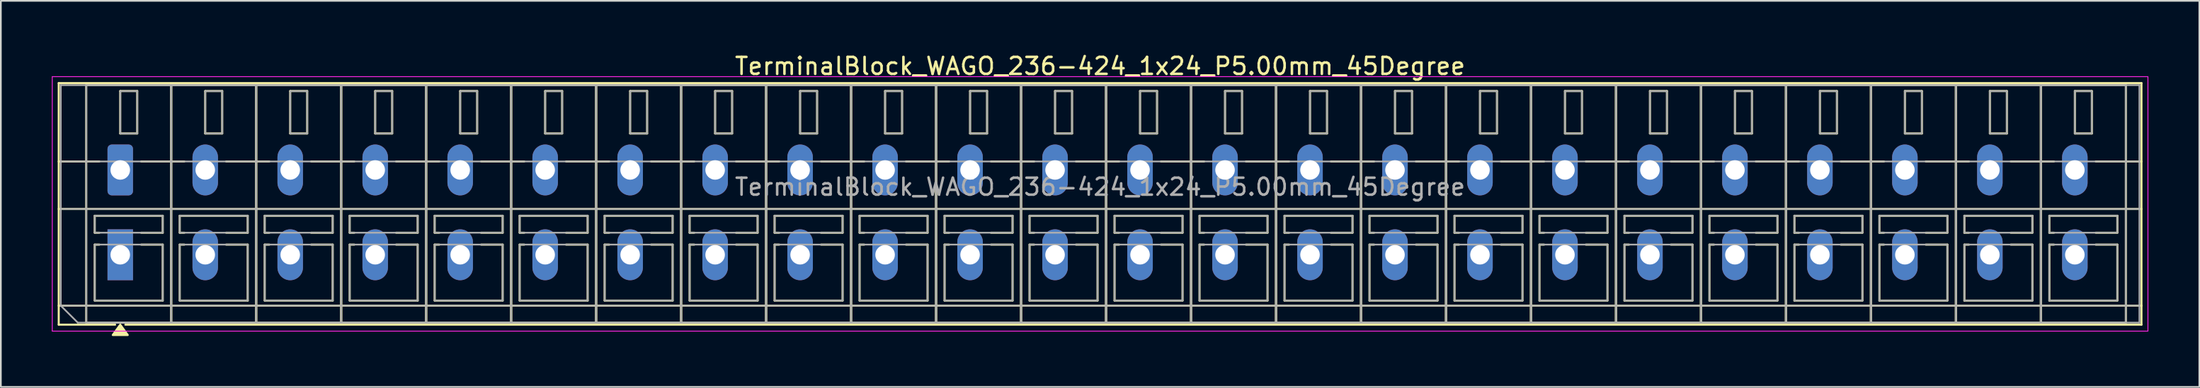
<source format=kicad_pcb>
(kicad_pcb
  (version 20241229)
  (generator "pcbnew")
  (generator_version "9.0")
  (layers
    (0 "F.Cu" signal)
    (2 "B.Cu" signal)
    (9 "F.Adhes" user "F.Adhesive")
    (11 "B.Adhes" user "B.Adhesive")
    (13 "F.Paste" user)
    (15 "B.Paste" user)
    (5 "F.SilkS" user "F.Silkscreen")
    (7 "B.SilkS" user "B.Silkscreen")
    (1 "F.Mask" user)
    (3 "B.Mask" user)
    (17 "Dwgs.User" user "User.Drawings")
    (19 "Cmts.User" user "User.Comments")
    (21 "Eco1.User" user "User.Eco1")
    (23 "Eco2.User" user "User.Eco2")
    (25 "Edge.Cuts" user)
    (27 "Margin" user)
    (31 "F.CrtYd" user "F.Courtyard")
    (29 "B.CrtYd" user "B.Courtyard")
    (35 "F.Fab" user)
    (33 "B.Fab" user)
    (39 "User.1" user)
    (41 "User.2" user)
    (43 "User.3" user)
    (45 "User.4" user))
  (footprint "TerminalBlock_WAGO_236-424_1x24_P5.00mm_45Degree"
    (layer "F.Cu")
    (at 4.025 6.968)
    (property "Reference" "TerminalBlock_WAGO_236-424_1x24_P5.00mm_45Degree" (at 57.65 -6.12 0) (layer "F.SilkS") (effects (font (size 1 1) (thickness 0.15))))
    (attr through_hole)
    (fp_line (start -3.62 -5.12) (end -3.62 9.12) (stroke (width 0.12) (type solid)) (layer "F.SilkS"))
    (fp_line (start -3.62 -5.12) (end 118.92 -5.12) (stroke (width 0.12) (type solid)) (layer "F.SilkS"))
    (fp_line (start -3.62 -0.5) (end -1.23 -0.5) (stroke (width 0.12) (type solid)) (layer "F.SilkS"))
    (fp_line (start -3.62 2.3) (end 118.92 2.3) (stroke (width 0.12) (type solid)) (layer "F.SilkS"))
    (fp_line (start -3.62 8) (end 118.92 8) (stroke (width 0.12) (type solid)) (layer "F.SilkS"))
    (fp_line (start -3.62 9.12) (end -0.3 9.12) (stroke (width 0.12) (type solid)) (layer "F.SilkS"))
    (fp_line (start -2 -5) (end -2 9) (stroke (width 0.12) (type solid)) (layer "F.SilkS"))
    (fp_line (start -2 -5) (end 3 -5) (stroke (width 0.12) (type solid)) (layer "F.SilkS"))
    (fp_line (start -2 9) (end 3 9) (stroke (width 0.12) (type solid)) (layer "F.SilkS"))
    (fp_line (start -1.5 2.7) (end -1.5 3.7) (stroke (width 0.12) (type solid)) (layer "F.SilkS"))
    (fp_line (start -1.5 2.7) (end 2.5 2.7) (stroke (width 0.12) (type solid)) (layer "F.SilkS"))
    (fp_line (start -1.5 3.7) (end -1.23 3.7) (stroke (width 0.12) (type solid)) (layer "F.SilkS"))
    (fp_line (start -1.5 4.4) (end -1.5 7.7) (stroke (width 0.12) (type solid)) (layer "F.SilkS"))
    (fp_line (start -1.5 4.4) (end -1.23 4.4) (stroke (width 0.12) (type solid)) (layer "F.SilkS"))
    (fp_line (start -1.5 7.7) (end 2.5 7.7) (stroke (width 0.12) (type solid)) (layer "F.SilkS"))
    (fp_line (start 0 -4.65) (end 0 -2.15) (stroke (width 0.12) (type solid)) (layer "F.SilkS"))
    (fp_line (start 0 -4.65) (end 1 -4.65) (stroke (width 0.12) (type solid)) (layer "F.SilkS"))
    (fp_line (start 0 -2.15) (end 1 -2.15) (stroke (width 0.12) (type solid)) (layer "F.SilkS"))
    (fp_line (start 0.3 9.12) (end 118.92 9.12) (stroke (width 0.12) (type solid)) (layer "F.SilkS"))
    (fp_line (start 1 -4.65) (end 1 -2.15) (stroke (width 0.12) (type solid)) (layer "F.SilkS"))
    (fp_line (start 1.23 -0.5) (end 3.77 -0.5) (stroke (width 0.12) (type solid)) (layer "F.SilkS"))
    (fp_line (start 1.23 3.7) (end 2.5 3.7) (stroke (width 0.12) (type solid)) (layer "F.SilkS"))
    (fp_line (start 1.23 4.4) (end 2.5 4.4) (stroke (width 0.12) (type solid)) (layer "F.SilkS"))
    (fp_line (start 2.5 2.7) (end 2.5 3.7) (stroke (width 0.12) (type solid)) (layer "F.SilkS"))
    (fp_line (start 2.5 4.4) (end 2.5 7.7) (stroke (width 0.12) (type solid)) (layer "F.SilkS"))
    (fp_line (start 3 -5) (end 3 9) (stroke (width 0.12) (type solid)) (layer "F.SilkS"))
    (fp_line (start 3 -5) (end 3 9) (stroke (width 0.12) (type solid)) (layer "F.SilkS"))
    (fp_line (start 3 -5) (end 8 -5) (stroke (width 0.12) (type solid)) (layer "F.SilkS"))
    (fp_line (start 3 9) (end 8 9) (stroke (width 0.12) (type solid)) (layer "F.SilkS"))
    (fp_line (start 3.5 2.7) (end 3.5 3.7) (stroke (width 0.12) (type solid)) (layer "F.SilkS"))
    (fp_line (start 3.5 2.7) (end 7.5 2.7) (stroke (width 0.12) (type solid)) (layer "F.SilkS"))
    (fp_line (start 3.5 3.7) (end 3.77 3.7) (stroke (width 0.12) (type solid)) (layer "F.SilkS"))
    (fp_line (start 3.5 4.4) (end 3.5 7.7) (stroke (width 0.12) (type solid)) (layer "F.SilkS"))
    (fp_line (start 3.5 4.4) (end 3.77 4.4) (stroke (width 0.12) (type solid)) (layer "F.SilkS"))
    (fp_line (start 3.5 7.7) (end 7.5 7.7) (stroke (width 0.12) (type solid)) (layer "F.SilkS"))
    (fp_line (start 5 -4.65) (end 5 -2.15) (stroke (width 0.12) (type solid)) (layer "F.SilkS"))
    (fp_line (start 5 -4.65) (end 6 -4.65) (stroke (width 0.12) (type solid)) (layer "F.SilkS"))
    (fp_line (start 5 -2.15) (end 6 -2.15) (stroke (width 0.12) (type solid)) (layer "F.SilkS"))
    (fp_line (start 6 -4.65) (end 6 -2.15) (stroke (width 0.12) (type solid)) (layer "F.SilkS"))
    (fp_line (start 6.23 -0.5) (end 8.77 -0.5) (stroke (width 0.12) (type solid)) (layer "F.SilkS"))
    (fp_line (start 6.23 3.7) (end 7.5 3.7) (stroke (width 0.12) (type solid)) (layer "F.SilkS"))
    (fp_line (start 6.23 4.4) (end 7.5 4.4) (stroke (width 0.12) (type solid)) (layer "F.SilkS"))
    (fp_line (start 7.5 2.7) (end 7.5 3.7) (stroke (width 0.12) (type solid)) (layer "F.SilkS"))
    (fp_line (start 7.5 4.4) (end 7.5 7.7) (stroke (width 0.12) (type solid)) (layer "F.SilkS"))
    (fp_line (start 8 -5) (end 8 9) (stroke (width 0.12) (type solid)) (layer "F.SilkS"))
    (fp_line (start 8 -5) (end 8 9) (stroke (width 0.12) (type solid)) (layer "F.SilkS"))
    (fp_line (start 8 -5) (end 13 -5) (stroke (width 0.12) (type solid)) (layer "F.SilkS"))
    (fp_line (start 8 9) (end 13 9) (stroke (width 0.12) (type solid)) (layer "F.SilkS"))
    (fp_line (start 8.5 2.7) (end 8.5 3.7) (stroke (width 0.12) (type solid)) (layer "F.SilkS"))
    (fp_line (start 8.5 2.7) (end 12.5 2.7) (stroke (width 0.12) (type solid)) (layer "F.SilkS"))
    (fp_line (start 8.5 3.7) (end 8.77 3.7) (stroke (width 0.12) (type solid)) (layer "F.SilkS"))
    (fp_line (start 8.5 4.4) (end 8.5 7.7) (stroke (width 0.12) (type solid)) (layer "F.SilkS"))
    (fp_line (start 8.5 4.4) (end 8.77 4.4) (stroke (width 0.12) (type solid)) (layer "F.SilkS"))
    (fp_line (start 8.5 7.7) (end 12.5 7.7) (stroke (width 0.12) (type solid)) (layer "F.SilkS"))
    (fp_line (start 10 -4.65) (end 10 -2.15) (stroke (width 0.12) (type solid)) (layer "F.SilkS"))
    (fp_line (start 10 -4.65) (end 11 -4.65) (stroke (width 0.12) (type solid)) (layer "F.SilkS"))
    (fp_line (start 10 -2.15) (end 11 -2.15) (stroke (width 0.12) (type solid)) (layer "F.SilkS"))
    (fp_line (start 11 -4.65) (end 11 -2.15) (stroke (width 0.12) (type solid)) (layer "F.SilkS"))
    (fp_line (start 11.23 -0.5) (end 13.77 -0.5) (stroke (width 0.12) (type solid)) (layer "F.SilkS"))
    (fp_line (start 11.23 3.7) (end 12.5 3.7) (stroke (width 0.12) (type solid)) (layer "F.SilkS"))
    (fp_line (start 11.23 4.4) (end 12.5 4.4) (stroke (width 0.12) (type solid)) (layer "F.SilkS"))
    (fp_line (start 12.5 2.7) (end 12.5 3.7) (stroke (width 0.12) (type solid)) (layer "F.SilkS"))
    (fp_line (start 12.5 4.4) (end 12.5 7.7) (stroke (width 0.12) (type solid)) (layer "F.SilkS"))
    (fp_line (start 13 -5) (end 13 9) (stroke (width 0.12) (type solid)) (layer "F.SilkS"))
    (fp_line (start 13 -5) (end 13 9) (stroke (width 0.12) (type solid)) (layer "F.SilkS"))
    (fp_line (start 13 -5) (end 18 -5) (stroke (width 0.12) (type solid)) (layer "F.SilkS"))
    (fp_line (start 13 9) (end 18 9) (stroke (width 0.12) (type solid)) (layer "F.SilkS"))
    (fp_line (start 13.5 2.7) (end 13.5 3.7) (stroke (width 0.12) (type solid)) (layer "F.SilkS"))
    (fp_line (start 13.5 2.7) (end 17.5 2.7) (stroke (width 0.12) (type solid)) (layer "F.SilkS"))
    (fp_line (start 13.5 3.7) (end 13.77 3.7) (stroke (width 0.12) (type solid)) (layer "F.SilkS"))
    (fp_line (start 13.5 4.4) (end 13.5 7.7) (stroke (width 0.12) (type solid)) (layer "F.SilkS"))
    (fp_line (start 13.5 4.4) (end 13.77 4.4) (stroke (width 0.12) (type solid)) (layer "F.SilkS"))
    (fp_line (start 13.5 7.7) (end 17.5 7.7) (stroke (width 0.12) (type solid)) (layer "F.SilkS"))
    (fp_line (start 15 -4.65) (end 15 -2.15) (stroke (width 0.12) (type solid)) (layer "F.SilkS"))
    (fp_line (start 15 -4.65) (end 16 -4.65) (stroke (width 0.12) (type solid)) (layer "F.SilkS"))
    (fp_line (start 15 -2.15) (end 16 -2.15) (stroke (width 0.12) (type solid)) (layer "F.SilkS"))
    (fp_line (start 16 -4.65) (end 16 -2.15) (stroke (width 0.12) (type solid)) (layer "F.SilkS"))
    (fp_line (start 16.23 -0.5) (end 18.77 -0.5) (stroke (width 0.12) (type solid)) (layer "F.SilkS"))
    (fp_line (start 16.23 3.7) (end 17.5 3.7) (stroke (width 0.12) (type solid)) (layer "F.SilkS"))
    (fp_line (start 16.23 4.4) (end 17.5 4.4) (stroke (width 0.12) (type solid)) (layer "F.SilkS"))
    (fp_line (start 17.5 2.7) (end 17.5 3.7) (stroke (width 0.12) (type solid)) (layer "F.SilkS"))
    (fp_line (start 17.5 4.4) (end 17.5 7.7) (stroke (width 0.12) (type solid)) (layer "F.SilkS"))
    (fp_line (start 18 -5) (end 18 9) (stroke (width 0.12) (type solid)) (layer "F.SilkS"))
    (fp_line (start 18 -5) (end 18 9) (stroke (width 0.12) (type solid)) (layer "F.SilkS"))
    (fp_line (start 18 -5) (end 23 -5) (stroke (width 0.12) (type solid)) (layer "F.SilkS"))
    (fp_line (start 18 9) (end 23 9) (stroke (width 0.12) (type solid)) (layer "F.SilkS"))
    (fp_line (start 18.5 2.7) (end 18.5 3.7) (stroke (width 0.12) (type solid)) (layer "F.SilkS"))
    (fp_line (start 18.5 2.7) (end 22.5 2.7) (stroke (width 0.12) (type solid)) (layer "F.SilkS"))
    (fp_line (start 18.5 3.7) (end 18.77 3.7) (stroke (width 0.12) (type solid)) (layer "F.SilkS"))
    (fp_line (start 18.5 4.4) (end 18.5 7.7) (stroke (width 0.12) (type solid)) (layer "F.SilkS"))
    (fp_line (start 18.5 4.4) (end 18.77 4.4) (stroke (width 0.12) (type solid)) (layer "F.SilkS"))
    (fp_line (start 18.5 7.7) (end 22.5 7.7) (stroke (width 0.12) (type solid)) (layer "F.SilkS"))
    (fp_line (start 20 -4.65) (end 20 -2.15) (stroke (width 0.12) (type solid)) (layer "F.SilkS"))
    (fp_line (start 20 -4.65) (end 21 -4.65) (stroke (width 0.12) (type solid)) (layer "F.SilkS"))
    (fp_line (start 20 -2.15) (end 21 -2.15) (stroke (width 0.12) (type solid)) (layer "F.SilkS"))
    (fp_line (start 21 -4.65) (end 21 -2.15) (stroke (width 0.12) (type solid)) (layer "F.SilkS"))
    (fp_line (start 21.23 -0.5) (end 23.77 -0.5) (stroke (width 0.12) (type solid)) (layer "F.SilkS"))
    (fp_line (start 21.23 3.7) (end 22.5 3.7) (stroke (width 0.12) (type solid)) (layer "F.SilkS"))
    (fp_line (start 21.23 4.4) (end 22.5 4.4) (stroke (width 0.12) (type solid)) (layer "F.SilkS"))
    (fp_line (start 22.5 2.7) (end 22.5 3.7) (stroke (width 0.12) (type solid)) (layer "F.SilkS"))
    (fp_line (start 22.5 4.4) (end 22.5 7.7) (stroke (width 0.12) (type solid)) (layer "F.SilkS"))
    (fp_line (start 23 -5) (end 23 9) (stroke (width 0.12) (type solid)) (layer "F.SilkS"))
    (fp_line (start 23 -5) (end 23 9) (stroke (width 0.12) (type solid)) (layer "F.SilkS"))
    (fp_line (start 23 -5) (end 28 -5) (stroke (width 0.12) (type solid)) (layer "F.SilkS"))
    (fp_line (start 23 9) (end 28 9) (stroke (width 0.12) (type solid)) (layer "F.SilkS"))
    (fp_line (start 23.5 2.7) (end 23.5 3.7) (stroke (width 0.12) (type solid)) (layer "F.SilkS"))
    (fp_line (start 23.5 2.7) (end 27.5 2.7) (stroke (width 0.12) (type solid)) (layer "F.SilkS"))
    (fp_line (start 23.5 3.7) (end 23.77 3.7) (stroke (width 0.12) (type solid)) (layer "F.SilkS"))
    (fp_line (start 23.5 4.4) (end 23.5 7.7) (stroke (width 0.12) (type solid)) (layer "F.SilkS"))
    (fp_line (start 23.5 4.4) (end 23.77 4.4) (stroke (width 0.12) (type solid)) (layer "F.SilkS"))
    (fp_line (start 23.5 7.7) (end 27.5 7.7) (stroke (width 0.12) (type solid)) (layer "F.SilkS"))
    (fp_line (start 25 -4.65) (end 25 -2.15) (stroke (width 0.12) (type solid)) (layer "F.SilkS"))
    (fp_line (start 25 -4.65) (end 26 -4.65) (stroke (width 0.12) (type solid)) (layer "F.SilkS"))
    (fp_line (start 25 -2.15) (end 26 -2.15) (stroke (width 0.12) (type solid)) (layer "F.SilkS"))
    (fp_line (start 26 -4.65) (end 26 -2.15) (stroke (width 0.12) (type solid)) (layer "F.SilkS"))
    (fp_line (start 26.23 -0.5) (end 28.77 -0.5) (stroke (width 0.12) (type solid)) (layer "F.SilkS"))
    (fp_line (start 26.23 3.7) (end 27.5 3.7) (stroke (width 0.12) (type solid)) (layer "F.SilkS"))
    (fp_line (start 26.23 4.4) (end 27.5 4.4) (stroke (width 0.12) (type solid)) (layer "F.SilkS"))
    (fp_line (start 27.5 2.7) (end 27.5 3.7) (stroke (width 0.12) (type solid)) (layer "F.SilkS"))
    (fp_line (start 27.5 4.4) (end 27.5 7.7) (stroke (width 0.12) (type solid)) (layer "F.SilkS"))
    (fp_line (start 28 -5) (end 28 9) (stroke (width 0.12) (type solid)) (layer "F.SilkS"))
    (fp_line (start 28 -5) (end 28 9) (stroke (width 0.12) (type solid)) (layer "F.SilkS"))
    (fp_line (start 28 -5) (end 33 -5) (stroke (width 0.12) (type solid)) (layer "F.SilkS"))
    (fp_line (start 28 9) (end 33 9) (stroke (width 0.12) (type solid)) (layer "F.SilkS"))
    (fp_line (start 28.5 2.7) (end 28.5 3.7) (stroke (width 0.12) (type solid)) (layer "F.SilkS"))
    (fp_line (start 28.5 2.7) (end 32.5 2.7) (stroke (width 0.12) (type solid)) (layer "F.SilkS"))
    (fp_line (start 28.5 3.7) (end 28.77 3.7) (stroke (width 0.12) (type solid)) (layer "F.SilkS"))
    (fp_line (start 28.5 4.4) (end 28.5 7.7) (stroke (width 0.12) (type solid)) (layer "F.SilkS"))
    (fp_line (start 28.5 4.4) (end 28.77 4.4) (stroke (width 0.12) (type solid)) (layer "F.SilkS"))
    (fp_line (start 28.5 7.7) (end 32.5 7.7) (stroke (width 0.12) (type solid)) (layer "F.SilkS"))
    (fp_line (start 30 -4.65) (end 30 -2.15) (stroke (width 0.12) (type solid)) (layer "F.SilkS"))
    (fp_line (start 30 -4.65) (end 31 -4.65) (stroke (width 0.12) (type solid)) (layer "F.SilkS"))
    (fp_line (start 30 -2.15) (end 31 -2.15) (stroke (width 0.12) (type solid)) (layer "F.SilkS"))
    (fp_line (start 31 -4.65) (end 31 -2.15) (stroke (width 0.12) (type solid)) (layer "F.SilkS"))
    (fp_line (start 31.23 -0.5) (end 33.77 -0.5) (stroke (width 0.12) (type solid)) (layer "F.SilkS"))
    (fp_line (start 31.23 3.7) (end 32.5 3.7) (stroke (width 0.12) (type solid)) (layer "F.SilkS"))
    (fp_line (start 31.23 4.4) (end 32.5 4.4) (stroke (width 0.12) (type solid)) (layer "F.SilkS"))
    (fp_line (start 32.5 2.7) (end 32.5 3.7) (stroke (width 0.12) (type solid)) (layer "F.SilkS"))
    (fp_line (start 32.5 4.4) (end 32.5 7.7) (stroke (width 0.12) (type solid)) (layer "F.SilkS"))
    (fp_line (start 33 -5) (end 33 9) (stroke (width 0.12) (type solid)) (layer "F.SilkS"))
    (fp_line (start 33 -5) (end 33 9) (stroke (width 0.12) (type solid)) (layer "F.SilkS"))
    (fp_line (start 33 -5) (end 38 -5) (stroke (width 0.12) (type solid)) (layer "F.SilkS"))
    (fp_line (start 33 9) (end 38 9) (stroke (width 0.12) (type solid)) (layer "F.SilkS"))
    (fp_line (start 33.5 2.7) (end 33.5 3.7) (stroke (width 0.12) (type solid)) (layer "F.SilkS"))
    (fp_line (start 33.5 2.7) (end 37.5 2.7) (stroke (width 0.12) (type solid)) (layer "F.SilkS"))
    (fp_line (start 33.5 3.7) (end 33.77 3.7) (stroke (width 0.12) (type solid)) (layer "F.SilkS"))
    (fp_line (start 33.5 4.4) (end 33.5 7.7) (stroke (width 0.12) (type solid)) (layer "F.SilkS"))
    (fp_line (start 33.5 4.4) (end 33.77 4.4) (stroke (width 0.12) (type solid)) (layer "F.SilkS"))
    (fp_line (start 33.5 7.7) (end 37.5 7.7) (stroke (width 0.12) (type solid)) (layer "F.SilkS"))
    (fp_line (start 35 -4.65) (end 35 -2.15) (stroke (width 0.12) (type solid)) (layer "F.SilkS"))
    (fp_line (start 35 -4.65) (end 36 -4.65) (stroke (width 0.12) (type solid)) (layer "F.SilkS"))
    (fp_line (start 35 -2.15) (end 36 -2.15) (stroke (width 0.12) (type solid)) (layer "F.SilkS"))
    (fp_line (start 36 -4.65) (end 36 -2.15) (stroke (width 0.12) (type solid)) (layer "F.SilkS"))
    (fp_line (start 36.23 -0.5) (end 38.77 -0.5) (stroke (width 0.12) (type solid)) (layer "F.SilkS"))
    (fp_line (start 36.23 3.7) (end 37.5 3.7) (stroke (width 0.12) (type solid)) (layer "F.SilkS"))
    (fp_line (start 36.23 4.4) (end 37.5 4.4) (stroke (width 0.12) (type solid)) (layer "F.SilkS"))
    (fp_line (start 37.5 2.7) (end 37.5 3.7) (stroke (width 0.12) (type solid)) (layer "F.SilkS"))
    (fp_line (start 37.5 4.4) (end 37.5 7.7) (stroke (width 0.12) (type solid)) (layer "F.SilkS"))
    (fp_line (start 38 -5) (end 38 9) (stroke (width 0.12) (type solid)) (layer "F.SilkS"))
    (fp_line (start 38 -5) (end 38 9) (stroke (width 0.12) (type solid)) (layer "F.SilkS"))
    (fp_line (start 38 -5) (end 43 -5) (stroke (width 0.12) (type solid)) (layer "F.SilkS"))
    (fp_line (start 38 9) (end 43 9) (stroke (width 0.12) (type solid)) (layer "F.SilkS"))
    (fp_line (start 38.5 2.7) (end 38.5 3.7) (stroke (width 0.12) (type solid)) (layer "F.SilkS"))
    (fp_line (start 38.5 2.7) (end 42.5 2.7) (stroke (width 0.12) (type solid)) (layer "F.SilkS"))
    (fp_line (start 38.5 3.7) (end 38.77 3.7) (stroke (width 0.12) (type solid)) (layer "F.SilkS"))
    (fp_line (start 38.5 4.4) (end 38.5 7.7) (stroke (width 0.12) (type solid)) (layer "F.SilkS"))
    (fp_line (start 38.5 4.4) (end 38.77 4.4) (stroke (width 0.12) (type solid)) (layer "F.SilkS"))
    (fp_line (start 38.5 7.7) (end 42.5 7.7) (stroke (width 0.12) (type solid)) (layer "F.SilkS"))
    (fp_line (start 40 -4.65) (end 40 -2.15) (stroke (width 0.12) (type solid)) (layer "F.SilkS"))
    (fp_line (start 40 -4.65) (end 41 -4.65) (stroke (width 0.12) (type solid)) (layer "F.SilkS"))
    (fp_line (start 40 -2.15) (end 41 -2.15) (stroke (width 0.12) (type solid)) (layer "F.SilkS"))
    (fp_line (start 41 -4.65) (end 41 -2.15) (stroke (width 0.12) (type solid)) (layer "F.SilkS"))
    (fp_line (start 41.23 -0.5) (end 43.77 -0.5) (stroke (width 0.12) (type solid)) (layer "F.SilkS"))
    (fp_line (start 41.23 3.7) (end 42.5 3.7) (stroke (width 0.12) (type solid)) (layer "F.SilkS"))
    (fp_line (start 41.23 4.4) (end 42.5 4.4) (stroke (width 0.12) (type solid)) (layer "F.SilkS"))
    (fp_line (start 42.5 2.7) (end 42.5 3.7) (stroke (width 0.12) (type solid)) (layer "F.SilkS"))
    (fp_line (start 42.5 4.4) (end 42.5 7.7) (stroke (width 0.12) (type solid)) (layer "F.SilkS"))
    (fp_line (start 43 -5) (end 43 9) (stroke (width 0.12) (type solid)) (layer "F.SilkS"))
    (fp_line (start 43 -5) (end 43 9) (stroke (width 0.12) (type solid)) (layer "F.SilkS"))
    (fp_line (start 43 -5) (end 48 -5) (stroke (width 0.12) (type solid)) (layer "F.SilkS"))
    (fp_line (start 43 9) (end 48 9) (stroke (width 0.12) (type solid)) (layer "F.SilkS"))
    (fp_line (start 43.5 2.7) (end 43.5 3.7) (stroke (width 0.12) (type solid)) (layer "F.SilkS"))
    (fp_line (start 43.5 2.7) (end 47.5 2.7) (stroke (width 0.12) (type solid)) (layer "F.SilkS"))
    (fp_line (start 43.5 3.7) (end 43.77 3.7) (stroke (width 0.12) (type solid)) (layer "F.SilkS"))
    (fp_line (start 43.5 4.4) (end 43.5 7.7) (stroke (width 0.12) (type solid)) (layer "F.SilkS"))
    (fp_line (start 43.5 4.4) (end 43.77 4.4) (stroke (width 0.12) (type solid)) (layer "F.SilkS"))
    (fp_line (start 43.5 7.7) (end 47.5 7.7) (stroke (width 0.12) (type solid)) (layer "F.SilkS"))
    (fp_line (start 45 -4.65) (end 45 -2.15) (stroke (width 0.12) (type solid)) (layer "F.SilkS"))
    (fp_line (start 45 -4.65) (end 46 -4.65) (stroke (width 0.12) (type solid)) (layer "F.SilkS"))
    (fp_line (start 45 -2.15) (end 46 -2.15) (stroke (width 0.12) (type solid)) (layer "F.SilkS"))
    (fp_line (start 46 -4.65) (end 46 -2.15) (stroke (width 0.12) (type solid)) (layer "F.SilkS"))
    (fp_line (start 46.23 -0.5) (end 48.77 -0.5) (stroke (width 0.12) (type solid)) (layer "F.SilkS"))
    (fp_line (start 46.23 3.7) (end 47.5 3.7) (stroke (width 0.12) (type solid)) (layer "F.SilkS"))
    (fp_line (start 46.23 4.4) (end 47.5 4.4) (stroke (width 0.12) (type solid)) (layer "F.SilkS"))
    (fp_line (start 47.5 2.7) (end 47.5 3.7) (stroke (width 0.12) (type solid)) (layer "F.SilkS"))
    (fp_line (start 47.5 4.4) (end 47.5 7.7) (stroke (width 0.12) (type solid)) (layer "F.SilkS"))
    (fp_line (start 48 -5) (end 48 9) (stroke (width 0.12) (type solid)) (layer "F.SilkS"))
    (fp_line (start 48 -5) (end 48 9) (stroke (width 0.12) (type solid)) (layer "F.SilkS"))
    (fp_line (start 48 -5) (end 53 -5) (stroke (width 0.12) (type solid)) (layer "F.SilkS"))
    (fp_line (start 48 9) (end 53 9) (stroke (width 0.12) (type solid)) (layer "F.SilkS"))
    (fp_line (start 48.5 2.7) (end 48.5 3.7) (stroke (width 0.12) (type solid)) (layer "F.SilkS"))
    (fp_line (start 48.5 2.7) (end 52.5 2.7) (stroke (width 0.12) (type solid)) (layer "F.SilkS"))
    (fp_line (start 48.5 3.7) (end 48.77 3.7) (stroke (width 0.12) (type solid)) (layer "F.SilkS"))
    (fp_line (start 48.5 4.4) (end 48.5 7.7) (stroke (width 0.12) (type solid)) (layer "F.SilkS"))
    (fp_line (start 48.5 4.4) (end 48.77 4.4) (stroke (width 0.12) (type solid)) (layer "F.SilkS"))
    (fp_line (start 48.5 7.7) (end 52.5 7.7) (stroke (width 0.12) (type solid)) (layer "F.SilkS"))
    (fp_line (start 50 -4.65) (end 50 -2.15) (stroke (width 0.12) (type solid)) (layer "F.SilkS"))
    (fp_line (start 50 -4.65) (end 51 -4.65) (stroke (width 0.12) (type solid)) (layer "F.SilkS"))
    (fp_line (start 50 -2.15) (end 51 -2.15) (stroke (width 0.12) (type solid)) (layer "F.SilkS"))
    (fp_line (start 51 -4.65) (end 51 -2.15) (stroke (width 0.12) (type solid)) (layer "F.SilkS"))
    (fp_line (start 51.23 -0.5) (end 53.77 -0.5) (stroke (width 0.12) (type solid)) (layer "F.SilkS"))
    (fp_line (start 51.23 3.7) (end 52.5 3.7) (stroke (width 0.12) (type solid)) (layer "F.SilkS"))
    (fp_line (start 51.23 4.4) (end 52.5 4.4) (stroke (width 0.12) (type solid)) (layer "F.SilkS"))
    (fp_line (start 52.5 2.7) (end 52.5 3.7) (stroke (width 0.12) (type solid)) (layer "F.SilkS"))
    (fp_line (start 52.5 4.4) (end 52.5 7.7) (stroke (width 0.12) (type solid)) (layer "F.SilkS"))
    (fp_line (start 53 -5) (end 53 9) (stroke (width 0.12) (type solid)) (layer "F.SilkS"))
    (fp_line (start 53 -5) (end 53 9) (stroke (width 0.12) (type solid)) (layer "F.SilkS"))
    (fp_line (start 53 -5) (end 58 -5) (stroke (width 0.12) (type solid)) (layer "F.SilkS"))
    (fp_line (start 53 9) (end 58 9) (stroke (width 0.12) (type solid)) (layer "F.SilkS"))
    (fp_line (start 53.5 2.7) (end 53.5 3.7) (stroke (width 0.12) (type solid)) (layer "F.SilkS"))
    (fp_line (start 53.5 2.7) (end 57.5 2.7) (stroke (width 0.12) (type solid)) (layer "F.SilkS"))
    (fp_line (start 53.5 3.7) (end 53.77 3.7) (stroke (width 0.12) (type solid)) (layer "F.SilkS"))
    (fp_line (start 53.5 4.4) (end 53.5 7.7) (stroke (width 0.12) (type solid)) (layer "F.SilkS"))
    (fp_line (start 53.5 4.4) (end 53.77 4.4) (stroke (width 0.12) (type solid)) (layer "F.SilkS"))
    (fp_line (start 53.5 7.7) (end 57.5 7.7) (stroke (width 0.12) (type solid)) (layer "F.SilkS"))
    (fp_line (start 55 -4.65) (end 55 -2.15) (stroke (width 0.12) (type solid)) (layer "F.SilkS"))
    (fp_line (start 55 -4.65) (end 56 -4.65) (stroke (width 0.12) (type solid)) (layer "F.SilkS"))
    (fp_line (start 55 -2.15) (end 56 -2.15) (stroke (width 0.12) (type solid)) (layer "F.SilkS"))
    (fp_line (start 56 -4.65) (end 56 -2.15) (stroke (width 0.12) (type solid)) (layer "F.SilkS"))
    (fp_line (start 56.23 -0.5) (end 58.77 -0.5) (stroke (width 0.12) (type solid)) (layer "F.SilkS"))
    (fp_line (start 56.23 3.7) (end 57.5 3.7) (stroke (width 0.12) (type solid)) (layer "F.SilkS"))
    (fp_line (start 56.23 4.4) (end 57.5 4.4) (stroke (width 0.12) (type solid)) (layer "F.SilkS"))
    (fp_line (start 57.5 2.7) (end 57.5 3.7) (stroke (width 0.12) (type solid)) (layer "F.SilkS"))
    (fp_line (start 57.5 4.4) (end 57.5 7.7) (stroke (width 0.12) (type solid)) (layer "F.SilkS"))
    (fp_line (start 58 -5) (end 58 9) (stroke (width 0.12) (type solid)) (layer "F.SilkS"))
    (fp_line (start 58 -5) (end 58 9) (stroke (width 0.12) (type solid)) (layer "F.SilkS"))
    (fp_line (start 58 -5) (end 63 -5) (stroke (width 0.12) (type solid)) (layer "F.SilkS"))
    (fp_line (start 58 9) (end 63 9) (stroke (width 0.12) (type solid)) (layer "F.SilkS"))
    (fp_line (start 58.5 2.7) (end 58.5 3.7) (stroke (width 0.12) (type solid)) (layer "F.SilkS"))
    (fp_line (start 58.5 2.7) (end 62.5 2.7) (stroke (width 0.12) (type solid)) (layer "F.SilkS"))
    (fp_line (start 58.5 3.7) (end 58.77 3.7) (stroke (width 0.12) (type solid)) (layer "F.SilkS"))
    (fp_line (start 58.5 4.4) (end 58.5 7.7) (stroke (width 0.12) (type solid)) (layer "F.SilkS"))
    (fp_line (start 58.5 4.4) (end 58.77 4.4) (stroke (width 0.12) (type solid)) (layer "F.SilkS"))
    (fp_line (start 58.5 7.7) (end 62.5 7.7) (stroke (width 0.12) (type solid)) (layer "F.SilkS"))
    (fp_line (start 60 -4.65) (end 60 -2.15) (stroke (width 0.12) (type solid)) (layer "F.SilkS"))
    (fp_line (start 60 -4.65) (end 61 -4.65) (stroke (width 0.12) (type solid)) (layer "F.SilkS"))
    (fp_line (start 60 -2.15) (end 61 -2.15) (stroke (width 0.12) (type solid)) (layer "F.SilkS"))
    (fp_line (start 61 -4.65) (end 61 -2.15) (stroke (width 0.12) (type solid)) (layer "F.SilkS"))
    (fp_line (start 61.23 -0.5) (end 63.77 -0.5) (stroke (width 0.12) (type solid)) (layer "F.SilkS"))
    (fp_line (start 61.23 3.7) (end 62.5 3.7) (stroke (width 0.12) (type solid)) (layer "F.SilkS"))
    (fp_line (start 61.23 4.4) (end 62.5 4.4) (stroke (width 0.12) (type solid)) (layer "F.SilkS"))
    (fp_line (start 62.5 2.7) (end 62.5 3.7) (stroke (width 0.12) (type solid)) (layer "F.SilkS"))
    (fp_line (start 62.5 4.4) (end 62.5 7.7) (stroke (width 0.12) (type solid)) (layer "F.SilkS"))
    (fp_line (start 63 -5) (end 63 9) (stroke (width 0.12) (type solid)) (layer "F.SilkS"))
    (fp_line (start 63 -5) (end 63 9) (stroke (width 0.12) (type solid)) (layer "F.SilkS"))
    (fp_line (start 63 -5) (end 68 -5) (stroke (width 0.12) (type solid)) (layer "F.SilkS"))
    (fp_line (start 63 9) (end 68 9) (stroke (width 0.12) (type solid)) (layer "F.SilkS"))
    (fp_line (start 63.5 2.7) (end 63.5 3.7) (stroke (width 0.12) (type solid)) (layer "F.SilkS"))
    (fp_line (start 63.5 2.7) (end 67.5 2.7) (stroke (width 0.12) (type solid)) (layer "F.SilkS"))
    (fp_line (start 63.5 3.7) (end 63.77 3.7) (stroke (width 0.12) (type solid)) (layer "F.SilkS"))
    (fp_line (start 63.5 4.4) (end 63.5 7.7) (stroke (width 0.12) (type solid)) (layer "F.SilkS"))
    (fp_line (start 63.5 4.4) (end 63.77 4.4) (stroke (width 0.12) (type solid)) (layer "F.SilkS"))
    (fp_line (start 63.5 7.7) (end 67.5 7.7) (stroke (width 0.12) (type solid)) (layer "F.SilkS"))
    (fp_line (start 65 -4.65) (end 65 -2.15) (stroke (width 0.12) (type solid)) (layer "F.SilkS"))
    (fp_line (start 65 -4.65) (end 66 -4.65) (stroke (width 0.12) (type solid)) (layer "F.SilkS"))
    (fp_line (start 65 -2.15) (end 66 -2.15) (stroke (width 0.12) (type solid)) (layer "F.SilkS"))
    (fp_line (start 66 -4.65) (end 66 -2.15) (stroke (width 0.12) (type solid)) (layer "F.SilkS"))
    (fp_line (start 66.23 -0.5) (end 68.77 -0.5) (stroke (width 0.12) (type solid)) (layer "F.SilkS"))
    (fp_line (start 66.23 3.7) (end 67.5 3.7) (stroke (width 0.12) (type solid)) (layer "F.SilkS"))
    (fp_line (start 66.23 4.4) (end 67.5 4.4) (stroke (width 0.12) (type solid)) (layer "F.SilkS"))
    (fp_line (start 67.5 2.7) (end 67.5 3.7) (stroke (width 0.12) (type solid)) (layer "F.SilkS"))
    (fp_line (start 67.5 4.4) (end 67.5 7.7) (stroke (width 0.12) (type solid)) (layer "F.SilkS"))
    (fp_line (start 68 -5) (end 68 9) (stroke (width 0.12) (type solid)) (layer "F.SilkS"))
    (fp_line (start 68 -5) (end 68 9) (stroke (width 0.12) (type solid)) (layer "F.SilkS"))
    (fp_line (start 68 -5) (end 73 -5) (stroke (width 0.12) (type solid)) (layer "F.SilkS"))
    (fp_line (start 68 9) (end 73 9) (stroke (width 0.12) (type solid)) (layer "F.SilkS"))
    (fp_line (start 68.5 2.7) (end 68.5 3.7) (stroke (width 0.12) (type solid)) (layer "F.SilkS"))
    (fp_line (start 68.5 2.7) (end 72.5 2.7) (stroke (width 0.12) (type solid)) (layer "F.SilkS"))
    (fp_line (start 68.5 3.7) (end 68.77 3.7) (stroke (width 0.12) (type solid)) (layer "F.SilkS"))
    (fp_line (start 68.5 4.4) (end 68.5 7.7) (stroke (width 0.12) (type solid)) (layer "F.SilkS"))
    (fp_line (start 68.5 4.4) (end 68.77 4.4) (stroke (width 0.12) (type solid)) (layer "F.SilkS"))
    (fp_line (start 68.5 7.7) (end 72.5 7.7) (stroke (width 0.12) (type solid)) (layer "F.SilkS"))
    (fp_line (start 70 -4.65) (end 70 -2.15) (stroke (width 0.12) (type solid)) (layer "F.SilkS"))
    (fp_line (start 70 -4.65) (end 71 -4.65) (stroke (width 0.12) (type solid)) (layer "F.SilkS"))
    (fp_line (start 70 -2.15) (end 71 -2.15) (stroke (width 0.12) (type solid)) (layer "F.SilkS"))
    (fp_line (start 71 -4.65) (end 71 -2.15) (stroke (width 0.12) (type solid)) (layer "F.SilkS"))
    (fp_line (start 71.23 -0.5) (end 73.77 -0.5) (stroke (width 0.12) (type solid)) (layer "F.SilkS"))
    (fp_line (start 71.23 3.7) (end 72.5 3.7) (stroke (width 0.12) (type solid)) (layer "F.SilkS"))
    (fp_line (start 71.23 4.4) (end 72.5 4.4) (stroke (width 0.12) (type solid)) (layer "F.SilkS"))
    (fp_line (start 72.5 2.7) (end 72.5 3.7) (stroke (width 0.12) (type solid)) (layer "F.SilkS"))
    (fp_line (start 72.5 4.4) (end 72.5 7.7) (stroke (width 0.12) (type solid)) (layer "F.SilkS"))
    (fp_line (start 73 -5) (end 73 9) (stroke (width 0.12) (type solid)) (layer "F.SilkS"))
    (fp_line (start 73 -5) (end 73 9) (stroke (width 0.12) (type solid)) (layer "F.SilkS"))
    (fp_line (start 73 -5) (end 78 -5) (stroke (width 0.12) (type solid)) (layer "F.SilkS"))
    (fp_line (start 73 9) (end 78 9) (stroke (width 0.12) (type solid)) (layer "F.SilkS"))
    (fp_line (start 73.5 2.7) (end 73.5 3.7) (stroke (width 0.12) (type solid)) (layer "F.SilkS"))
    (fp_line (start 73.5 2.7) (end 77.5 2.7) (stroke (width 0.12) (type solid)) (layer "F.SilkS"))
    (fp_line (start 73.5 3.7) (end 73.77 3.7) (stroke (width 0.12) (type solid)) (layer "F.SilkS"))
    (fp_line (start 73.5 4.4) (end 73.5 7.7) (stroke (width 0.12) (type solid)) (layer "F.SilkS"))
    (fp_line (start 73.5 4.4) (end 73.77 4.4) (stroke (width 0.12) (type solid)) (layer "F.SilkS"))
    (fp_line (start 73.5 7.7) (end 77.5 7.7) (stroke (width 0.12) (type solid)) (layer "F.SilkS"))
    (fp_line (start 75 -4.65) (end 75 -2.15) (stroke (width 0.12) (type solid)) (layer "F.SilkS"))
    (fp_line (start 75 -4.65) (end 76 -4.65) (stroke (width 0.12) (type solid)) (layer "F.SilkS"))
    (fp_line (start 75 -2.15) (end 76 -2.15) (stroke (width 0.12) (type solid)) (layer "F.SilkS"))
    (fp_line (start 76 -4.65) (end 76 -2.15) (stroke (width 0.12) (type solid)) (layer "F.SilkS"))
    (fp_line (start 76.23 -0.5) (end 78.77 -0.5) (stroke (width 0.12) (type solid)) (layer "F.SilkS"))
    (fp_line (start 76.23 3.7) (end 77.5 3.7) (stroke (width 0.12) (type solid)) (layer "F.SilkS"))
    (fp_line (start 76.23 4.4) (end 77.5 4.4) (stroke (width 0.12) (type solid)) (layer "F.SilkS"))
    (fp_line (start 77.5 2.7) (end 77.5 3.7) (stroke (width 0.12) (type solid)) (layer "F.SilkS"))
    (fp_line (start 77.5 4.4) (end 77.5 7.7) (stroke (width 0.12) (type solid)) (layer "F.SilkS"))
    (fp_line (start 78 -5) (end 78 9) (stroke (width 0.12) (type solid)) (layer "F.SilkS"))
    (fp_line (start 78 -5) (end 78 9) (stroke (width 0.12) (type solid)) (layer "F.SilkS"))
    (fp_line (start 78 -5) (end 83 -5) (stroke (width 0.12) (type solid)) (layer "F.SilkS"))
    (fp_line (start 78 9) (end 83 9) (stroke (width 0.12) (type solid)) (layer "F.SilkS"))
    (fp_line (start 78.5 2.7) (end 78.5 3.7) (stroke (width 0.12) (type solid)) (layer "F.SilkS"))
    (fp_line (start 78.5 2.7) (end 82.5 2.7) (stroke (width 0.12) (type solid)) (layer "F.SilkS"))
    (fp_line (start 78.5 3.7) (end 78.77 3.7) (stroke (width 0.12) (type solid)) (layer "F.SilkS"))
    (fp_line (start 78.5 4.4) (end 78.5 7.7) (stroke (width 0.12) (type solid)) (layer "F.SilkS"))
    (fp_line (start 78.5 4.4) (end 78.77 4.4) (stroke (width 0.12) (type solid)) (layer "F.SilkS"))
    (fp_line (start 78.5 7.7) (end 82.5 7.7) (stroke (width 0.12) (type solid)) (layer "F.SilkS"))
    (fp_line (start 80 -4.65) (end 80 -2.15) (stroke (width 0.12) (type solid)) (layer "F.SilkS"))
    (fp_line (start 80 -4.65) (end 81 -4.65) (stroke (width 0.12) (type solid)) (layer "F.SilkS"))
    (fp_line (start 80 -2.15) (end 81 -2.15) (stroke (width 0.12) (type solid)) (layer "F.SilkS"))
    (fp_line (start 81 -4.65) (end 81 -2.15) (stroke (width 0.12) (type solid)) (layer "F.SilkS"))
    (fp_line (start 81.23 -0.5) (end 83.77 -0.5) (stroke (width 0.12) (type solid)) (layer "F.SilkS"))
    (fp_line (start 81.23 3.7) (end 82.5 3.7) (stroke (width 0.12) (type solid)) (layer "F.SilkS"))
    (fp_line (start 81.23 4.4) (end 82.5 4.4) (stroke (width 0.12) (type solid)) (layer "F.SilkS"))
    (fp_line (start 82.5 2.7) (end 82.5 3.7) (stroke (width 0.12) (type solid)) (layer "F.SilkS"))
    (fp_line (start 82.5 4.4) (end 82.5 7.7) (stroke (width 0.12) (type solid)) (layer "F.SilkS"))
    (fp_line (start 83 -5) (end 83 9) (stroke (width 0.12) (type solid)) (layer "F.SilkS"))
    (fp_line (start 83 -5) (end 83 9) (stroke (width 0.12) (type solid)) (layer "F.SilkS"))
    (fp_line (start 83 -5) (end 88 -5) (stroke (width 0.12) (type solid)) (layer "F.SilkS"))
    (fp_line (start 83 9) (end 88 9) (stroke (width 0.12) (type solid)) (layer "F.SilkS"))
    (fp_line (start 83.5 2.7) (end 83.5 3.7) (stroke (width 0.12) (type solid)) (layer "F.SilkS"))
    (fp_line (start 83.5 2.7) (end 87.5 2.7) (stroke (width 0.12) (type solid)) (layer "F.SilkS"))
    (fp_line (start 83.5 3.7) (end 83.77 3.7) (stroke (width 0.12) (type solid)) (layer "F.SilkS"))
    (fp_line (start 83.5 4.4) (end 83.5 7.7) (stroke (width 0.12) (type solid)) (layer "F.SilkS"))
    (fp_line (start 83.5 4.4) (end 83.77 4.4) (stroke (width 0.12) (type solid)) (layer "F.SilkS"))
    (fp_line (start 83.5 7.7) (end 87.5 7.7) (stroke (width 0.12) (type solid)) (layer "F.SilkS"))
    (fp_line (start 85 -4.65) (end 85 -2.15) (stroke (width 0.12) (type solid)) (layer "F.SilkS"))
    (fp_line (start 85 -4.65) (end 86 -4.65) (stroke (width 0.12) (type solid)) (layer "F.SilkS"))
    (fp_line (start 85 -2.15) (end 86 -2.15) (stroke (width 0.12) (type solid)) (layer "F.SilkS"))
    (fp_line (start 86 -4.65) (end 86 -2.15) (stroke (width 0.12) (type solid)) (layer "F.SilkS"))
    (fp_line (start 86.23 -0.5) (end 88.77 -0.5) (stroke (width 0.12) (type solid)) (layer "F.SilkS"))
    (fp_line (start 86.23 3.7) (end 87.5 3.7) (stroke (width 0.12) (type solid)) (layer "F.SilkS"))
    (fp_line (start 86.23 4.4) (end 87.5 4.4) (stroke (width 0.12) (type solid)) (layer "F.SilkS"))
    (fp_line (start 87.5 2.7) (end 87.5 3.7) (stroke (width 0.12) (type solid)) (layer "F.SilkS"))
    (fp_line (start 87.5 4.4) (end 87.5 7.7) (stroke (width 0.12) (type solid)) (layer "F.SilkS"))
    (fp_line (start 88 -5) (end 88 9) (stroke (width 0.12) (type solid)) (layer "F.SilkS"))
    (fp_line (start 88 -5) (end 88 9) (stroke (width 0.12) (type solid)) (layer "F.SilkS"))
    (fp_line (start 88 -5) (end 93 -5) (stroke (width 0.12) (type solid)) (layer "F.SilkS"))
    (fp_line (start 88 9) (end 93 9) (stroke (width 0.12) (type solid)) (layer "F.SilkS"))
    (fp_line (start 88.5 2.7) (end 88.5 3.7) (stroke (width 0.12) (type solid)) (layer "F.SilkS"))
    (fp_line (start 88.5 2.7) (end 92.5 2.7) (stroke (width 0.12) (type solid)) (layer "F.SilkS"))
    (fp_line (start 88.5 3.7) (end 88.77 3.7) (stroke (width 0.12) (type solid)) (layer "F.SilkS"))
    (fp_line (start 88.5 4.4) (end 88.5 7.7) (stroke (width 0.12) (type solid)) (layer "F.SilkS"))
    (fp_line (start 88.5 4.4) (end 88.77 4.4) (stroke (width 0.12) (type solid)) (layer "F.SilkS"))
    (fp_line (start 88.5 7.7) (end 92.5 7.7) (stroke (width 0.12) (type solid)) (layer "F.SilkS"))
    (fp_line (start 90 -4.65) (end 90 -2.15) (stroke (width 0.12) (type solid)) (layer "F.SilkS"))
    (fp_line (start 90 -4.65) (end 91 -4.65) (stroke (width 0.12) (type solid)) (layer "F.SilkS"))
    (fp_line (start 90 -2.15) (end 91 -2.15) (stroke (width 0.12) (type solid)) (layer "F.SilkS"))
    (fp_line (start 91 -4.65) (end 91 -2.15) (stroke (width 0.12) (type solid)) (layer "F.SilkS"))
    (fp_line (start 91.23 -0.5) (end 93.77 -0.5) (stroke (width 0.12) (type solid)) (layer "F.SilkS"))
    (fp_line (start 91.23 3.7) (end 92.5 3.7) (stroke (width 0.12) (type solid)) (layer "F.SilkS"))
    (fp_line (start 91.23 4.4) (end 92.5 4.4) (stroke (width 0.12) (type solid)) (layer "F.SilkS"))
    (fp_line (start 92.5 2.7) (end 92.5 3.7) (stroke (width 0.12) (type solid)) (layer "F.SilkS"))
    (fp_line (start 92.5 4.4) (end 92.5 7.7) (stroke (width 0.12) (type solid)) (layer "F.SilkS"))
    (fp_line (start 93 -5) (end 93 9) (stroke (width 0.12) (type solid)) (layer "F.SilkS"))
    (fp_line (start 93 -5) (end 93 9) (stroke (width 0.12) (type solid)) (layer "F.SilkS"))
    (fp_line (start 93 -5) (end 98 -5) (stroke (width 0.12) (type solid)) (layer "F.SilkS"))
    (fp_line (start 93 9) (end 98 9) (stroke (width 0.12) (type solid)) (layer "F.SilkS"))
    (fp_line (start 93.5 2.7) (end 93.5 3.7) (stroke (width 0.12) (type solid)) (layer "F.SilkS"))
    (fp_line (start 93.5 2.7) (end 97.5 2.7) (stroke (width 0.12) (type solid)) (layer "F.SilkS"))
    (fp_line (start 93.5 3.7) (end 93.77 3.7) (stroke (width 0.12) (type solid)) (layer "F.SilkS"))
    (fp_line (start 93.5 4.4) (end 93.5 7.7) (stroke (width 0.12) (type solid)) (layer "F.SilkS"))
    (fp_line (start 93.5 4.4) (end 93.77 4.4) (stroke (width 0.12) (type solid)) (layer "F.SilkS"))
    (fp_line (start 93.5 7.7) (end 97.5 7.7) (stroke (width 0.12) (type solid)) (layer "F.SilkS"))
    (fp_line (start 95 -4.65) (end 95 -2.15) (stroke (width 0.12) (type solid)) (layer "F.SilkS"))
    (fp_line (start 95 -4.65) (end 96 -4.65) (stroke (width 0.12) (type solid)) (layer "F.SilkS"))
    (fp_line (start 95 -2.15) (end 96 -2.15) (stroke (width 0.12) (type solid)) (layer "F.SilkS"))
    (fp_line (start 96 -4.65) (end 96 -2.15) (stroke (width 0.12) (type solid)) (layer "F.SilkS"))
    (fp_line (start 96.23 -0.5) (end 98.77 -0.5) (stroke (width 0.12) (type solid)) (layer "F.SilkS"))
    (fp_line (start 96.23 3.7) (end 97.5 3.7) (stroke (width 0.12) (type solid)) (layer "F.SilkS"))
    (fp_line (start 96.23 4.4) (end 97.5 4.4) (stroke (width 0.12) (type solid)) (layer "F.SilkS"))
    (fp_line (start 97.5 2.7) (end 97.5 3.7) (stroke (width 0.12) (type solid)) (layer "F.SilkS"))
    (fp_line (start 97.5 4.4) (end 97.5 7.7) (stroke (width 0.12) (type solid)) (layer "F.SilkS"))
    (fp_line (start 98 -5) (end 98 9) (stroke (width 0.12) (type solid)) (layer "F.SilkS"))
    (fp_line (start 98 -5) (end 98 9) (stroke (width 0.12) (type solid)) (layer "F.SilkS"))
    (fp_line (start 98 -5) (end 103 -5) (stroke (width 0.12) (type solid)) (layer "F.SilkS"))
    (fp_line (start 98 9) (end 103 9) (stroke (width 0.12) (type solid)) (layer "F.SilkS"))
    (fp_line (start 98.5 2.7) (end 98.5 3.7) (stroke (width 0.12) (type solid)) (layer "F.SilkS"))
    (fp_line (start 98.5 2.7) (end 102.5 2.7) (stroke (width 0.12) (type solid)) (layer "F.SilkS"))
    (fp_line (start 98.5 3.7) (end 98.77 3.7) (stroke (width 0.12) (type solid)) (layer "F.SilkS"))
    (fp_line (start 98.5 4.4) (end 98.5 7.7) (stroke (width 0.12) (type solid)) (layer "F.SilkS"))
    (fp_line (start 98.5 4.4) (end 98.77 4.4) (stroke (width 0.12) (type solid)) (layer "F.SilkS"))
    (fp_line (start 98.5 7.7) (end 102.5 7.7) (stroke (width 0.12) (type solid)) (layer "F.SilkS"))
    (fp_line (start 100 -4.65) (end 100 -2.15) (stroke (width 0.12) (type solid)) (layer "F.SilkS"))
    (fp_line (start 100 -4.65) (end 101 -4.65) (stroke (width 0.12) (type solid)) (layer "F.SilkS"))
    (fp_line (start 100 -2.15) (end 101 -2.15) (stroke (width 0.12) (type solid)) (layer "F.SilkS"))
    (fp_line (start 101 -4.65) (end 101 -2.15) (stroke (width 0.12) (type solid)) (layer "F.SilkS"))
    (fp_line (start 101.23 -0.5) (end 103.77 -0.5) (stroke (width 0.12) (type solid)) (layer "F.SilkS"))
    (fp_line (start 101.23 3.7) (end 102.5 3.7) (stroke (width 0.12) (type solid)) (layer "F.SilkS"))
    (fp_line (start 101.23 4.4) (end 102.5 4.4) (stroke (width 0.12) (type solid)) (layer "F.SilkS"))
    (fp_line (start 102.5 2.7) (end 102.5 3.7) (stroke (width 0.12) (type solid)) (layer "F.SilkS"))
    (fp_line (start 102.5 4.4) (end 102.5 7.7) (stroke (width 0.12) (type solid)) (layer "F.SilkS"))
    (fp_line (start 103 -5) (end 103 9) (stroke (width 0.12) (type solid)) (layer "F.SilkS"))
    (fp_line (start 103 -5) (end 103 9) (stroke (width 0.12) (type solid)) (layer "F.SilkS"))
    (fp_line (start 103 -5) (end 108 -5) (stroke (width 0.12) (type solid)) (layer "F.SilkS"))
    (fp_line (start 103 9) (end 108 9) (stroke (width 0.12) (type solid)) (layer "F.SilkS"))
    (fp_line (start 103.5 2.7) (end 103.5 3.7) (stroke (width 0.12) (type solid)) (layer "F.SilkS"))
    (fp_line (start 103.5 2.7) (end 107.5 2.7) (stroke (width 0.12) (type solid)) (layer "F.SilkS"))
    (fp_line (start 103.5 3.7) (end 103.77 3.7) (stroke (width 0.12) (type solid)) (layer "F.SilkS"))
    (fp_line (start 103.5 4.4) (end 103.5 7.7) (stroke (width 0.12) (type solid)) (layer "F.SilkS"))
    (fp_line (start 103.5 4.4) (end 103.77 4.4) (stroke (width 0.12) (type solid)) (layer "F.SilkS"))
    (fp_line (start 103.5 7.7) (end 107.5 7.7) (stroke (width 0.12) (type solid)) (layer "F.SilkS"))
    (fp_line (start 105 -4.65) (end 105 -2.15) (stroke (width 0.12) (type solid)) (layer "F.SilkS"))
    (fp_line (start 105 -4.65) (end 106 -4.65) (stroke (width 0.12) (type solid)) (layer "F.SilkS"))
    (fp_line (start 105 -2.15) (end 106 -2.15) (stroke (width 0.12) (type solid)) (layer "F.SilkS"))
    (fp_line (start 106 -4.65) (end 106 -2.15) (stroke (width 0.12) (type solid)) (layer "F.SilkS"))
    (fp_line (start 106.23 -0.5) (end 108.77 -0.5) (stroke (width 0.12) (type solid)) (layer "F.SilkS"))
    (fp_line (start 106.23 3.7) (end 107.5 3.7) (stroke (width 0.12) (type solid)) (layer "F.SilkS"))
    (fp_line (start 106.23 4.4) (end 107.5 4.4) (stroke (width 0.12) (type solid)) (layer "F.SilkS"))
    (fp_line (start 107.5 2.7) (end 107.5 3.7) (stroke (width 0.12) (type solid)) (layer "F.SilkS"))
    (fp_line (start 107.5 4.4) (end 107.5 7.7) (stroke (width 0.12) (type solid)) (layer "F.SilkS"))
    (fp_line (start 108 -5) (end 108 9) (stroke (width 0.12) (type solid)) (layer "F.SilkS"))
    (fp_line (start 108 -5) (end 108 9) (stroke (width 0.12) (type solid)) (layer "F.SilkS"))
    (fp_line (start 108 -5) (end 113 -5) (stroke (width 0.12) (type solid)) (layer "F.SilkS"))
    (fp_line (start 108 9) (end 113 9) (stroke (width 0.12) (type solid)) (layer "F.SilkS"))
    (fp_line (start 108.5 2.7) (end 108.5 3.7) (stroke (width 0.12) (type solid)) (layer "F.SilkS"))
    (fp_line (start 108.5 2.7) (end 112.5 2.7) (stroke (width 0.12) (type solid)) (layer "F.SilkS"))
    (fp_line (start 108.5 3.7) (end 108.77 3.7) (stroke (width 0.12) (type solid)) (layer "F.SilkS"))
    (fp_line (start 108.5 4.4) (end 108.5 7.7) (stroke (width 0.12) (type solid)) (layer "F.SilkS"))
    (fp_line (start 108.5 4.4) (end 108.77 4.4) (stroke (width 0.12) (type solid)) (layer "F.SilkS"))
    (fp_line (start 108.5 7.7) (end 112.5 7.7) (stroke (width 0.12) (type solid)) (layer "F.SilkS"))
    (fp_line (start 110 -4.65) (end 110 -2.15) (stroke (width 0.12) (type solid)) (layer "F.SilkS"))
    (fp_line (start 110 -4.65) (end 111 -4.65) (stroke (width 0.12) (type solid)) (layer "F.SilkS"))
    (fp_line (start 110 -2.15) (end 111 -2.15) (stroke (width 0.12) (type solid)) (layer "F.SilkS"))
    (fp_line (start 111 -4.65) (end 111 -2.15) (stroke (width 0.12) (type solid)) (layer "F.SilkS"))
    (fp_line (start 111.23 -0.5) (end 113.77 -0.5) (stroke (width 0.12) (type solid)) (layer "F.SilkS"))
    (fp_line (start 111.23 3.7) (end 112.5 3.7) (stroke (width 0.12) (type solid)) (layer "F.SilkS"))
    (fp_line (start 111.23 4.4) (end 112.5 4.4) (stroke (width 0.12) (type solid)) (layer "F.SilkS"))
    (fp_line (start 112.5 2.7) (end 112.5 3.7) (stroke (width 0.12) (type solid)) (layer "F.SilkS"))
    (fp_line (start 112.5 4.4) (end 112.5 7.7) (stroke (width 0.12) (type solid)) (layer "F.SilkS"))
    (fp_line (start 113 -5) (end 113 9) (stroke (width 0.12) (type solid)) (layer "F.SilkS"))
    (fp_line (start 113 -5) (end 113 9) (stroke (width 0.12) (type solid)) (layer "F.SilkS"))
    (fp_line (start 113 -5) (end 118 -5) (stroke (width 0.12) (type solid)) (layer "F.SilkS"))
    (fp_line (start 113 9) (end 118 9) (stroke (width 0.12) (type solid)) (layer "F.SilkS"))
    (fp_line (start 113.5 2.7) (end 113.5 3.7) (stroke (width 0.12) (type solid)) (layer "F.SilkS"))
    (fp_line (start 113.5 2.7) (end 117.5 2.7) (stroke (width 0.12) (type solid)) (layer "F.SilkS"))
    (fp_line (start 113.5 3.7) (end 113.77 3.7) (stroke (width 0.12) (type solid)) (layer "F.SilkS"))
    (fp_line (start 113.5 4.4) (end 113.5 7.7) (stroke (width 0.12) (type solid)) (layer "F.SilkS"))
    (fp_line (start 113.5 4.4) (end 113.77 4.4) (stroke (width 0.12) (type solid)) (layer "F.SilkS"))
    (fp_line (start 113.5 7.7) (end 117.5 7.7) (stroke (width 0.12) (type solid)) (layer "F.SilkS"))
    (fp_line (start 115 -4.65) (end 115 -2.15) (stroke (width 0.12) (type solid)) (layer "F.SilkS"))
    (fp_line (start 115 -4.65) (end 116 -4.65) (stroke (width 0.12) (type solid)) (layer "F.SilkS"))
    (fp_line (start 115 -2.15) (end 116 -2.15) (stroke (width 0.12) (type solid)) (layer "F.SilkS"))
    (fp_line (start 116 -4.65) (end 116 -2.15) (stroke (width 0.12) (type solid)) (layer "F.SilkS"))
    (fp_line (start 116.23 -0.5) (end 118.92 -0.5) (stroke (width 0.12) (type solid)) (layer "F.SilkS"))
    (fp_line (start 116.23 3.7) (end 117.5 3.7) (stroke (width 0.12) (type solid)) (layer "F.SilkS"))
    (fp_line (start 116.23 4.4) (end 117.5 4.4) (stroke (width 0.12) (type solid)) (layer "F.SilkS"))
    (fp_line (start 117.5 2.7) (end 117.5 3.7) (stroke (width 0.12) (type solid)) (layer "F.SilkS"))
    (fp_line (start 117.5 4.4) (end 117.5 7.7) (stroke (width 0.12) (type solid)) (layer "F.SilkS"))
    (fp_line (start 118 -5) (end 118 9) (stroke (width 0.12) (type solid)) (layer "F.SilkS"))
    (fp_line (start 118.92 -5.12) (end 118.92 9.12) (stroke (width 0.12) (type solid)) (layer "F.SilkS"))
    (fp_poly (pts (xy 0 9.12) (xy 0.44 9.73) (xy -0.44 9.73)) (stroke (width 0.12) (type solid)) (fill yes) (layer "F.SilkS"))
    (fp_line (start -4 -5.5) (end -4 9.5) (stroke (width 0.05) (type solid)) (layer "F.CrtYd"))
    (fp_line (start -4 9.5) (end 119.3 9.5) (stroke (width 0.05) (type solid)) (layer "F.CrtYd"))
    (fp_line (start 119.3 -5.5) (end -4 -5.5) (stroke (width 0.05) (type solid)) (layer "F.CrtYd"))
    (fp_line (start 119.3 9.5) (end 119.3 -5.5) (stroke (width 0.05) (type solid)) (layer "F.CrtYd"))
    (fp_line (start -3.5 -5) (end 118.8 -5) (stroke (width 0.1) (type solid)) (layer "F.Fab"))
    (fp_line (start -3.5 -0.5) (end 118.8 -0.5) (stroke (width 0.1) (type solid)) (layer "F.Fab"))
    (fp_line (start -3.5 2.3) (end 118.8 2.3) (stroke (width 0.1) (type solid)) (layer "F.Fab"))
    (fp_line (start -3.5 8) (end -3.5 -5) (stroke (width 0.1) (type solid)) (layer "F.Fab"))
    (fp_line (start -3.5 8) (end 118.8 8) (stroke (width 0.1) (type solid)) (layer "F.Fab"))
    (fp_line (start -2.5 9) (end -3.5 8) (stroke (width 0.1) (type solid)) (layer "F.Fab"))
    (fp_line (start -2 -5) (end -2 9) (stroke (width 0.1) (type solid)) (layer "F.Fab"))
    (fp_line (start -2 9) (end 3 9) (stroke (width 0.1) (type solid)) (layer "F.Fab"))
    (fp_line (start -1.5 2.7) (end -1.5 3.7) (stroke (width 0.1) (type solid)) (layer "F.Fab"))
    (fp_line (start -1.5 3.7) (end 2.5 3.7) (stroke (width 0.1) (type solid)) (layer "F.Fab"))
    (fp_line (start -1.5 4.4) (end -1.5 7.7) (stroke (width 0.1) (type solid)) (layer "F.Fab"))
    (fp_line (start -1.5 7.7) (end 2.5 7.7) (stroke (width 0.1) (type solid)) (layer "F.Fab"))
    (fp_line (start 0 -4.65) (end 0 -2.15) (stroke (width 0.1) (type solid)) (layer "F.Fab"))
    (fp_line (start 0 -2.15) (end 1 -2.15) (stroke (width 0.1) (type solid)) (layer "F.Fab"))
    (fp_line (start 1 -4.65) (end 0 -4.65) (stroke (width 0.1) (type solid)) (layer "F.Fab"))
    (fp_line (start 1 -2.15) (end 1 -4.65) (stroke (width 0.1) (type solid)) (layer "F.Fab"))
    (fp_line (start 2.5 2.7) (end -1.5 2.7) (stroke (width 0.1) (type solid)) (layer "F.Fab"))
    (fp_line (start 2.5 3.7) (end 2.5 2.7) (stroke (width 0.1) (type solid)) (layer "F.Fab"))
    (fp_line (start 2.5 4.4) (end -1.5 4.4) (stroke (width 0.1) (type solid)) (layer "F.Fab"))
    (fp_line (start 2.5 7.7) (end 2.5 4.4) (stroke (width 0.1) (type solid)) (layer "F.Fab"))
    (fp_line (start 3 -5) (end -2 -5) (stroke (width 0.1) (type solid)) (layer "F.Fab"))
    (fp_line (start 3 -5) (end 3 9) (stroke (width 0.1) (type solid)) (layer "F.Fab"))
    (fp_line (start 3 9) (end 3 -5) (stroke (width 0.1) (type solid)) (layer "F.Fab"))
    (fp_line (start 3 9) (end 8 9) (stroke (width 0.1) (type solid)) (layer "F.Fab"))
    (fp_line (start 3.5 2.7) (end 3.5 3.7) (stroke (width 0.1) (type solid)) (layer "F.Fab"))
    (fp_line (start 3.5 3.7) (end 7.5 3.7) (stroke (width 0.1) (type solid)) (layer "F.Fab"))
    (fp_line (start 3.5 4.4) (end 3.5 7.7) (stroke (width 0.1) (type solid)) (layer "F.Fab"))
    (fp_line (start 3.5 7.7) (end 7.5 7.7) (stroke (width 0.1) (type solid)) (layer "F.Fab"))
    (fp_line (start 5 -4.65) (end 5 -2.15) (stroke (width 0.1) (type solid)) (layer "F.Fab"))
    (fp_line (start 5 -2.15) (end 6 -2.15) (stroke (width 0.1) (type solid)) (layer "F.Fab"))
    (fp_line (start 6 -4.65) (end 5 -4.65) (stroke (width 0.1) (type solid)) (layer "F.Fab"))
    (fp_line (start 6 -2.15) (end 6 -4.65) (stroke (width 0.1) (type solid)) (layer "F.Fab"))
    (fp_line (start 7.5 2.7) (end 3.5 2.7) (stroke (width 0.1) (type solid)) (layer "F.Fab"))
    (fp_line (start 7.5 3.7) (end 7.5 2.7) (stroke (width 0.1) (type solid)) (layer "F.Fab"))
    (fp_line (start 7.5 4.4) (end 3.5 4.4) (stroke (width 0.1) (type solid)) (layer "F.Fab"))
    (fp_line (start 7.5 7.7) (end 7.5 4.4) (stroke (width 0.1) (type solid)) (layer "F.Fab"))
    (fp_line (start 8 -5) (end 3 -5) (stroke (width 0.1) (type solid)) (layer "F.Fab"))
    (fp_line (start 8 -5) (end 8 9) (stroke (width 0.1) (type solid)) (layer "F.Fab"))
    (fp_line (start 8 9) (end 8 -5) (stroke (width 0.1) (type solid)) (layer "F.Fab"))
    (fp_line (start 8 9) (end 13 9) (stroke (width 0.1) (type solid)) (layer "F.Fab"))
    (fp_line (start 8.5 2.7) (end 8.5 3.7) (stroke (width 0.1) (type solid)) (layer "F.Fab"))
    (fp_line (start 8.5 3.7) (end 12.5 3.7) (stroke (width 0.1) (type solid)) (layer "F.Fab"))
    (fp_line (start 8.5 4.4) (end 8.5 7.7) (stroke (width 0.1) (type solid)) (layer "F.Fab"))
    (fp_line (start 8.5 7.7) (end 12.5 7.7) (stroke (width 0.1) (type solid)) (layer "F.Fab"))
    (fp_line (start 10 -4.65) (end 10 -2.15) (stroke (width 0.1) (type solid)) (layer "F.Fab"))
    (fp_line (start 10 -2.15) (end 11 -2.15) (stroke (width 0.1) (type solid)) (layer "F.Fab"))
    (fp_line (start 11 -4.65) (end 10 -4.65) (stroke (width 0.1) (type solid)) (layer "F.Fab"))
    (fp_line (start 11 -2.15) (end 11 -4.65) (stroke (width 0.1) (type solid)) (layer "F.Fab"))
    (fp_line (start 12.5 2.7) (end 8.5 2.7) (stroke (width 0.1) (type solid)) (layer "F.Fab"))
    (fp_line (start 12.5 3.7) (end 12.5 2.7) (stroke (width 0.1) (type solid)) (layer "F.Fab"))
    (fp_line (start 12.5 4.4) (end 8.5 4.4) (stroke (width 0.1) (type solid)) (layer "F.Fab"))
    (fp_line (start 12.5 7.7) (end 12.5 4.4) (stroke (width 0.1) (type solid)) (layer "F.Fab"))
    (fp_line (start 13 -5) (end 8 -5) (stroke (width 0.1) (type solid)) (layer "F.Fab"))
    (fp_line (start 13 -5) (end 13 9) (stroke (width 0.1) (type solid)) (layer "F.Fab"))
    (fp_line (start 13 9) (end 13 -5) (stroke (width 0.1) (type solid)) (layer "F.Fab"))
    (fp_line (start 13 9) (end 18 9) (stroke (width 0.1) (type solid)) (layer "F.Fab"))
    (fp_line (start 13.5 2.7) (end 13.5 3.7) (stroke (width 0.1) (type solid)) (layer "F.Fab"))
    (fp_line (start 13.5 3.7) (end 17.5 3.7) (stroke (width 0.1) (type solid)) (layer "F.Fab"))
    (fp_line (start 13.5 4.4) (end 13.5 7.7) (stroke (width 0.1) (type solid)) (layer "F.Fab"))
    (fp_line (start 13.5 7.7) (end 17.5 7.7) (stroke (width 0.1) (type solid)) (layer "F.Fab"))
    (fp_line (start 15 -4.65) (end 15 -2.15) (stroke (width 0.1) (type solid)) (layer "F.Fab"))
    (fp_line (start 15 -2.15) (end 16 -2.15) (stroke (width 0.1) (type solid)) (layer "F.Fab"))
    (fp_line (start 16 -4.65) (end 15 -4.65) (stroke (width 0.1) (type solid)) (layer "F.Fab"))
    (fp_line (start 16 -2.15) (end 16 -4.65) (stroke (width 0.1) (type solid)) (layer "F.Fab"))
    (fp_line (start 17.5 2.7) (end 13.5 2.7) (stroke (width 0.1) (type solid)) (layer "F.Fab"))
    (fp_line (start 17.5 3.7) (end 17.5 2.7) (stroke (width 0.1) (type solid)) (layer "F.Fab"))
    (fp_line (start 17.5 4.4) (end 13.5 4.4) (stroke (width 0.1) (type solid)) (layer "F.Fab"))
    (fp_line (start 17.5 7.7) (end 17.5 4.4) (stroke (width 0.1) (type solid)) (layer "F.Fab"))
    (fp_line (start 18 -5) (end 13 -5) (stroke (width 0.1) (type solid)) (layer "F.Fab"))
    (fp_line (start 18 -5) (end 18 9) (stroke (width 0.1) (type solid)) (layer "F.Fab"))
    (fp_line (start 18 9) (end 18 -5) (stroke (width 0.1) (type solid)) (layer "F.Fab"))
    (fp_line (start 18 9) (end 23 9) (stroke (width 0.1) (type solid)) (layer "F.Fab"))
    (fp_line (start 18.5 2.7) (end 18.5 3.7) (stroke (width 0.1) (type solid)) (layer "F.Fab"))
    (fp_line (start 18.5 3.7) (end 22.5 3.7) (stroke (width 0.1) (type solid)) (layer "F.Fab"))
    (fp_line (start 18.5 4.4) (end 18.5 7.7) (stroke (width 0.1) (type solid)) (layer "F.Fab"))
    (fp_line (start 18.5 7.7) (end 22.5 7.7) (stroke (width 0.1) (type solid)) (layer "F.Fab"))
    (fp_line (start 20 -4.65) (end 20 -2.15) (stroke (width 0.1) (type solid)) (layer "F.Fab"))
    (fp_line (start 20 -2.15) (end 21 -2.15) (stroke (width 0.1) (type solid)) (layer "F.Fab"))
    (fp_line (start 21 -4.65) (end 20 -4.65) (stroke (width 0.1) (type solid)) (layer "F.Fab"))
    (fp_line (start 21 -2.15) (end 21 -4.65) (stroke (width 0.1) (type solid)) (layer "F.Fab"))
    (fp_line (start 22.5 2.7) (end 18.5 2.7) (stroke (width 0.1) (type solid)) (layer "F.Fab"))
    (fp_line (start 22.5 3.7) (end 22.5 2.7) (stroke (width 0.1) (type solid)) (layer "F.Fab"))
    (fp_line (start 22.5 4.4) (end 18.5 4.4) (stroke (width 0.1) (type solid)) (layer "F.Fab"))
    (fp_line (start 22.5 7.7) (end 22.5 4.4) (stroke (width 0.1) (type solid)) (layer "F.Fab"))
    (fp_line (start 23 -5) (end 18 -5) (stroke (width 0.1) (type solid)) (layer "F.Fab"))
    (fp_line (start 23 -5) (end 23 9) (stroke (width 0.1) (type solid)) (layer "F.Fab"))
    (fp_line (start 23 9) (end 23 -5) (stroke (width 0.1) (type solid)) (layer "F.Fab"))
    (fp_line (start 23 9) (end 28 9) (stroke (width 0.1) (type solid)) (layer "F.Fab"))
    (fp_line (start 23.5 2.7) (end 23.5 3.7) (stroke (width 0.1) (type solid)) (layer "F.Fab"))
    (fp_line (start 23.5 3.7) (end 27.5 3.7) (stroke (width 0.1) (type solid)) (layer "F.Fab"))
    (fp_line (start 23.5 4.4) (end 23.5 7.7) (stroke (width 0.1) (type solid)) (layer "F.Fab"))
    (fp_line (start 23.5 7.7) (end 27.5 7.7) (stroke (width 0.1) (type solid)) (layer "F.Fab"))
    (fp_line (start 25 -4.65) (end 25 -2.15) (stroke (width 0.1) (type solid)) (layer "F.Fab"))
    (fp_line (start 25 -2.15) (end 26 -2.15) (stroke (width 0.1) (type solid)) (layer "F.Fab"))
    (fp_line (start 26 -4.65) (end 25 -4.65) (stroke (width 0.1) (type solid)) (layer "F.Fab"))
    (fp_line (start 26 -2.15) (end 26 -4.65) (stroke (width 0.1) (type solid)) (layer "F.Fab"))
    (fp_line (start 27.5 2.7) (end 23.5 2.7) (stroke (width 0.1) (type solid)) (layer "F.Fab"))
    (fp_line (start 27.5 3.7) (end 27.5 2.7) (stroke (width 0.1) (type solid)) (layer "F.Fab"))
    (fp_line (start 27.5 4.4) (end 23.5 4.4) (stroke (width 0.1) (type solid)) (layer "F.Fab"))
    (fp_line (start 27.5 7.7) (end 27.5 4.4) (stroke (width 0.1) (type solid)) (layer "F.Fab"))
    (fp_line (start 28 -5) (end 23 -5) (stroke (width 0.1) (type solid)) (layer "F.Fab"))
    (fp_line (start 28 -5) (end 28 9) (stroke (width 0.1) (type solid)) (layer "F.Fab"))
    (fp_line (start 28 9) (end 28 -5) (stroke (width 0.1) (type solid)) (layer "F.Fab"))
    (fp_line (start 28 9) (end 33 9) (stroke (width 0.1) (type solid)) (layer "F.Fab"))
    (fp_line (start 28.5 2.7) (end 28.5 3.7) (stroke (width 0.1) (type solid)) (layer "F.Fab"))
    (fp_line (start 28.5 3.7) (end 32.5 3.7) (stroke (width 0.1) (type solid)) (layer "F.Fab"))
    (fp_line (start 28.5 4.4) (end 28.5 7.7) (stroke (width 0.1) (type solid)) (layer "F.Fab"))
    (fp_line (start 28.5 7.7) (end 32.5 7.7) (stroke (width 0.1) (type solid)) (layer "F.Fab"))
    (fp_line (start 30 -4.65) (end 30 -2.15) (stroke (width 0.1) (type solid)) (layer "F.Fab"))
    (fp_line (start 30 -2.15) (end 31 -2.15) (stroke (width 0.1) (type solid)) (layer "F.Fab"))
    (fp_line (start 31 -4.65) (end 30 -4.65) (stroke (width 0.1) (type solid)) (layer "F.Fab"))
    (fp_line (start 31 -2.15) (end 31 -4.65) (stroke (width 0.1) (type solid)) (layer "F.Fab"))
    (fp_line (start 32.5 2.7) (end 28.5 2.7) (stroke (width 0.1) (type solid)) (layer "F.Fab"))
    (fp_line (start 32.5 3.7) (end 32.5 2.7) (stroke (width 0.1) (type solid)) (layer "F.Fab"))
    (fp_line (start 32.5 4.4) (end 28.5 4.4) (stroke (width 0.1) (type solid)) (layer "F.Fab"))
    (fp_line (start 32.5 7.7) (end 32.5 4.4) (stroke (width 0.1) (type solid)) (layer "F.Fab"))
    (fp_line (start 33 -5) (end 28 -5) (stroke (width 0.1) (type solid)) (layer "F.Fab"))
    (fp_line (start 33 -5) (end 33 9) (stroke (width 0.1) (type solid)) (layer "F.Fab"))
    (fp_line (start 33 9) (end 33 -5) (stroke (width 0.1) (type solid)) (layer "F.Fab"))
    (fp_line (start 33 9) (end 38 9) (stroke (width 0.1) (type solid)) (layer "F.Fab"))
    (fp_line (start 33.5 2.7) (end 33.5 3.7) (stroke (width 0.1) (type solid)) (layer "F.Fab"))
    (fp_line (start 33.5 3.7) (end 37.5 3.7) (stroke (width 0.1) (type solid)) (layer "F.Fab"))
    (fp_line (start 33.5 4.4) (end 33.5 7.7) (stroke (width 0.1) (type solid)) (layer "F.Fab"))
    (fp_line (start 33.5 7.7) (end 37.5 7.7) (stroke (width 0.1) (type solid)) (layer "F.Fab"))
    (fp_line (start 35 -4.65) (end 35 -2.15) (stroke (width 0.1) (type solid)) (layer "F.Fab"))
    (fp_line (start 35 -2.15) (end 36 -2.15) (stroke (width 0.1) (type solid)) (layer "F.Fab"))
    (fp_line (start 36 -4.65) (end 35 -4.65) (stroke (width 0.1) (type solid)) (layer "F.Fab"))
    (fp_line (start 36 -2.15) (end 36 -4.65) (stroke (width 0.1) (type solid)) (layer "F.Fab"))
    (fp_line (start 37.5 2.7) (end 33.5 2.7) (stroke (width 0.1) (type solid)) (layer "F.Fab"))
    (fp_line (start 37.5 3.7) (end 37.5 2.7) (stroke (width 0.1) (type solid)) (layer "F.Fab"))
    (fp_line (start 37.5 4.4) (end 33.5 4.4) (stroke (width 0.1) (type solid)) (layer "F.Fab"))
    (fp_line (start 37.5 7.7) (end 37.5 4.4) (stroke (width 0.1) (type solid)) (layer "F.Fab"))
    (fp_line (start 38 -5) (end 33 -5) (stroke (width 0.1) (type solid)) (layer "F.Fab"))
    (fp_line (start 38 -5) (end 38 9) (stroke (width 0.1) (type solid)) (layer "F.Fab"))
    (fp_line (start 38 9) (end 38 -5) (stroke (width 0.1) (type solid)) (layer "F.Fab"))
    (fp_line (start 38 9) (end 43 9) (stroke (width 0.1) (type solid)) (layer "F.Fab"))
    (fp_line (start 38.5 2.7) (end 38.5 3.7) (stroke (width 0.1) (type solid)) (layer "F.Fab"))
    (fp_line (start 38.5 3.7) (end 42.5 3.7) (stroke (width 0.1) (type solid)) (layer "F.Fab"))
    (fp_line (start 38.5 4.4) (end 38.5 7.7) (stroke (width 0.1) (type solid)) (layer "F.Fab"))
    (fp_line (start 38.5 7.7) (end 42.5 7.7) (stroke (width 0.1) (type solid)) (layer "F.Fab"))
    (fp_line (start 40 -4.65) (end 40 -2.15) (stroke (width 0.1) (type solid)) (layer "F.Fab"))
    (fp_line (start 40 -2.15) (end 41 -2.15) (stroke (width 0.1) (type solid)) (layer "F.Fab"))
    (fp_line (start 41 -4.65) (end 40 -4.65) (stroke (width 0.1) (type solid)) (layer "F.Fab"))
    (fp_line (start 41 -2.15) (end 41 -4.65) (stroke (width 0.1) (type solid)) (layer "F.Fab"))
    (fp_line (start 42.5 2.7) (end 38.5 2.7) (stroke (width 0.1) (type solid)) (layer "F.Fab"))
    (fp_line (start 42.5 3.7) (end 42.5 2.7) (stroke (width 0.1) (type solid)) (layer "F.Fab"))
    (fp_line (start 42.5 4.4) (end 38.5 4.4) (stroke (width 0.1) (type solid)) (layer "F.Fab"))
    (fp_line (start 42.5 7.7) (end 42.5 4.4) (stroke (width 0.1) (type solid)) (layer "F.Fab"))
    (fp_line (start 43 -5) (end 38 -5) (stroke (width 0.1) (type solid)) (layer "F.Fab"))
    (fp_line (start 43 -5) (end 43 9) (stroke (width 0.1) (type solid)) (layer "F.Fab"))
    (fp_line (start 43 9) (end 43 -5) (stroke (width 0.1) (type solid)) (layer "F.Fab"))
    (fp_line (start 43 9) (end 48 9) (stroke (width 0.1) (type solid)) (layer "F.Fab"))
    (fp_line (start 43.5 2.7) (end 43.5 3.7) (stroke (width 0.1) (type solid)) (layer "F.Fab"))
    (fp_line (start 43.5 3.7) (end 47.5 3.7) (stroke (width 0.1) (type solid)) (layer "F.Fab"))
    (fp_line (start 43.5 4.4) (end 43.5 7.7) (stroke (width 0.1) (type solid)) (layer "F.Fab"))
    (fp_line (start 43.5 7.7) (end 47.5 7.7) (stroke (width 0.1) (type solid)) (layer "F.Fab"))
    (fp_line (start 45 -4.65) (end 45 -2.15) (stroke (width 0.1) (type solid)) (layer "F.Fab"))
    (fp_line (start 45 -2.15) (end 46 -2.15) (stroke (width 0.1) (type solid)) (layer "F.Fab"))
    (fp_line (start 46 -4.65) (end 45 -4.65) (stroke (width 0.1) (type solid)) (layer "F.Fab"))
    (fp_line (start 46 -2.15) (end 46 -4.65) (stroke (width 0.1) (type solid)) (layer "F.Fab"))
    (fp_line (start 47.5 2.7) (end 43.5 2.7) (stroke (width 0.1) (type solid)) (layer "F.Fab"))
    (fp_line (start 47.5 3.7) (end 47.5 2.7) (stroke (width 0.1) (type solid)) (layer "F.Fab"))
    (fp_line (start 47.5 4.4) (end 43.5 4.4) (stroke (width 0.1) (type solid)) (layer "F.Fab"))
    (fp_line (start 47.5 7.7) (end 47.5 4.4) (stroke (width 0.1) (type solid)) (layer "F.Fab"))
    (fp_line (start 48 -5) (end 43 -5) (stroke (width 0.1) (type solid)) (layer "F.Fab"))
    (fp_line (start 48 -5) (end 48 9) (stroke (width 0.1) (type solid)) (layer "F.Fab"))
    (fp_line (start 48 9) (end 48 -5) (stroke (width 0.1) (type solid)) (layer "F.Fab"))
    (fp_line (start 48 9) (end 53 9) (stroke (width 0.1) (type solid)) (layer "F.Fab"))
    (fp_line (start 48.5 2.7) (end 48.5 3.7) (stroke (width 0.1) (type solid)) (layer "F.Fab"))
    (fp_line (start 48.5 3.7) (end 52.5 3.7) (stroke (width 0.1) (type solid)) (layer "F.Fab"))
    (fp_line (start 48.5 4.4) (end 48.5 7.7) (stroke (width 0.1) (type solid)) (layer "F.Fab"))
    (fp_line (start 48.5 7.7) (end 52.5 7.7) (stroke (width 0.1) (type solid)) (layer "F.Fab"))
    (fp_line (start 50 -4.65) (end 50 -2.15) (stroke (width 0.1) (type solid)) (layer "F.Fab"))
    (fp_line (start 50 -2.15) (end 51 -2.15) (stroke (width 0.1) (type solid)) (layer "F.Fab"))
    (fp_line (start 51 -4.65) (end 50 -4.65) (stroke (width 0.1) (type solid)) (layer "F.Fab"))
    (fp_line (start 51 -2.15) (end 51 -4.65) (stroke (width 0.1) (type solid)) (layer "F.Fab"))
    (fp_line (start 52.5 2.7) (end 48.5 2.7) (stroke (width 0.1) (type solid)) (layer "F.Fab"))
    (fp_line (start 52.5 3.7) (end 52.5 2.7) (stroke (width 0.1) (type solid)) (layer "F.Fab"))
    (fp_line (start 52.5 4.4) (end 48.5 4.4) (stroke (width 0.1) (type solid)) (layer "F.Fab"))
    (fp_line (start 52.5 7.7) (end 52.5 4.4) (stroke (width 0.1) (type solid)) (layer "F.Fab"))
    (fp_line (start 53 -5) (end 48 -5) (stroke (width 0.1) (type solid)) (layer "F.Fab"))
    (fp_line (start 53 -5) (end 53 9) (stroke (width 0.1) (type solid)) (layer "F.Fab"))
    (fp_line (start 53 9) (end 53 -5) (stroke (width 0.1) (type solid)) (layer "F.Fab"))
    (fp_line (start 53 9) (end 58 9) (stroke (width 0.1) (type solid)) (layer "F.Fab"))
    (fp_line (start 53.5 2.7) (end 53.5 3.7) (stroke (width 0.1) (type solid)) (layer "F.Fab"))
    (fp_line (start 53.5 3.7) (end 57.5 3.7) (stroke (width 0.1) (type solid)) (layer "F.Fab"))
    (fp_line (start 53.5 4.4) (end 53.5 7.7) (stroke (width 0.1) (type solid)) (layer "F.Fab"))
    (fp_line (start 53.5 7.7) (end 57.5 7.7) (stroke (width 0.1) (type solid)) (layer "F.Fab"))
    (fp_line (start 55 -4.65) (end 55 -2.15) (stroke (width 0.1) (type solid)) (layer "F.Fab"))
    (fp_line (start 55 -2.15) (end 56 -2.15) (stroke (width 0.1) (type solid)) (layer "F.Fab"))
    (fp_line (start 56 -4.65) (end 55 -4.65) (stroke (width 0.1) (type solid)) (layer "F.Fab"))
    (fp_line (start 56 -2.15) (end 56 -4.65) (stroke (width 0.1) (type solid)) (layer "F.Fab"))
    (fp_line (start 57.5 2.7) (end 53.5 2.7) (stroke (width 0.1) (type solid)) (layer "F.Fab"))
    (fp_line (start 57.5 3.7) (end 57.5 2.7) (stroke (width 0.1) (type solid)) (layer "F.Fab"))
    (fp_line (start 57.5 4.4) (end 53.5 4.4) (stroke (width 0.1) (type solid)) (layer "F.Fab"))
    (fp_line (start 57.5 7.7) (end 57.5 4.4) (stroke (width 0.1) (type solid)) (layer "F.Fab"))
    (fp_line (start 58 -5) (end 53 -5) (stroke (width 0.1) (type solid)) (layer "F.Fab"))
    (fp_line (start 58 -5) (end 58 9) (stroke (width 0.1) (type solid)) (layer "F.Fab"))
    (fp_line (start 58 9) (end 58 -5) (stroke (width 0.1) (type solid)) (layer "F.Fab"))
    (fp_line (start 58 9) (end 63 9) (stroke (width 0.1) (type solid)) (layer "F.Fab"))
    (fp_line (start 58.5 2.7) (end 58.5 3.7) (stroke (width 0.1) (type solid)) (layer "F.Fab"))
    (fp_line (start 58.5 3.7) (end 62.5 3.7) (stroke (width 0.1) (type solid)) (layer "F.Fab"))
    (fp_line (start 58.5 4.4) (end 58.5 7.7) (stroke (width 0.1) (type solid)) (layer "F.Fab"))
    (fp_line (start 58.5 7.7) (end 62.5 7.7) (stroke (width 0.1) (type solid)) (layer "F.Fab"))
    (fp_line (start 60 -4.65) (end 60 -2.15) (stroke (width 0.1) (type solid)) (layer "F.Fab"))
    (fp_line (start 60 -2.15) (end 61 -2.15) (stroke (width 0.1) (type solid)) (layer "F.Fab"))
    (fp_line (start 61 -4.65) (end 60 -4.65) (stroke (width 0.1) (type solid)) (layer "F.Fab"))
    (fp_line (start 61 -2.15) (end 61 -4.65) (stroke (width 0.1) (type solid)) (layer "F.Fab"))
    (fp_line (start 62.5 2.7) (end 58.5 2.7) (stroke (width 0.1) (type solid)) (layer "F.Fab"))
    (fp_line (start 62.5 3.7) (end 62.5 2.7) (stroke (width 0.1) (type solid)) (layer "F.Fab"))
    (fp_line (start 62.5 4.4) (end 58.5 4.4) (stroke (width 0.1) (type solid)) (layer "F.Fab"))
    (fp_line (start 62.5 7.7) (end 62.5 4.4) (stroke (width 0.1) (type solid)) (layer "F.Fab"))
    (fp_line (start 63 -5) (end 58 -5) (stroke (width 0.1) (type solid)) (layer "F.Fab"))
    (fp_line (start 63 -5) (end 63 9) (stroke (width 0.1) (type solid)) (layer "F.Fab"))
    (fp_line (start 63 9) (end 63 -5) (stroke (width 0.1) (type solid)) (layer "F.Fab"))
    (fp_line (start 63 9) (end 68 9) (stroke (width 0.1) (type solid)) (layer "F.Fab"))
    (fp_line (start 63.5 2.7) (end 63.5 3.7) (stroke (width 0.1) (type solid)) (layer "F.Fab"))
    (fp_line (start 63.5 3.7) (end 67.5 3.7) (stroke (width 0.1) (type solid)) (layer "F.Fab"))
    (fp_line (start 63.5 4.4) (end 63.5 7.7) (stroke (width 0.1) (type solid)) (layer "F.Fab"))
    (fp_line (start 63.5 7.7) (end 67.5 7.7) (stroke (width 0.1) (type solid)) (layer "F.Fab"))
    (fp_line (start 65 -4.65) (end 65 -2.15) (stroke (width 0.1) (type solid)) (layer "F.Fab"))
    (fp_line (start 65 -2.15) (end 66 -2.15) (stroke (width 0.1) (type solid)) (layer "F.Fab"))
    (fp_line (start 66 -4.65) (end 65 -4.65) (stroke (width 0.1) (type solid)) (layer "F.Fab"))
    (fp_line (start 66 -2.15) (end 66 -4.65) (stroke (width 0.1) (type solid)) (layer "F.Fab"))
    (fp_line (start 67.5 2.7) (end 63.5 2.7) (stroke (width 0.1) (type solid)) (layer "F.Fab"))
    (fp_line (start 67.5 3.7) (end 67.5 2.7) (stroke (width 0.1) (type solid)) (layer "F.Fab"))
    (fp_line (start 67.5 4.4) (end 63.5 4.4) (stroke (width 0.1) (type solid)) (layer "F.Fab"))
    (fp_line (start 67.5 7.7) (end 67.5 4.4) (stroke (width 0.1) (type solid)) (layer "F.Fab"))
    (fp_line (start 68 -5) (end 63 -5) (stroke (width 0.1) (type solid)) (layer "F.Fab"))
    (fp_line (start 68 -5) (end 68 9) (stroke (width 0.1) (type solid)) (layer "F.Fab"))
    (fp_line (start 68 9) (end 68 -5) (stroke (width 0.1) (type solid)) (layer "F.Fab"))
    (fp_line (start 68 9) (end 73 9) (stroke (width 0.1) (type solid)) (layer "F.Fab"))
    (fp_line (start 68.5 2.7) (end 68.5 3.7) (stroke (width 0.1) (type solid)) (layer "F.Fab"))
    (fp_line (start 68.5 3.7) (end 72.5 3.7) (stroke (width 0.1) (type solid)) (layer "F.Fab"))
    (fp_line (start 68.5 4.4) (end 68.5 7.7) (stroke (width 0.1) (type solid)) (layer "F.Fab"))
    (fp_line (start 68.5 7.7) (end 72.5 7.7) (stroke (width 0.1) (type solid)) (layer "F.Fab"))
    (fp_line (start 70 -4.65) (end 70 -2.15) (stroke (width 0.1) (type solid)) (layer "F.Fab"))
    (fp_line (start 70 -2.15) (end 71 -2.15) (stroke (width 0.1) (type solid)) (layer "F.Fab"))
    (fp_line (start 71 -4.65) (end 70 -4.65) (stroke (width 0.1) (type solid)) (layer "F.Fab"))
    (fp_line (start 71 -2.15) (end 71 -4.65) (stroke (width 0.1) (type solid)) (layer "F.Fab"))
    (fp_line (start 72.5 2.7) (end 68.5 2.7) (stroke (width 0.1) (type solid)) (layer "F.Fab"))
    (fp_line (start 72.5 3.7) (end 72.5 2.7) (stroke (width 0.1) (type solid)) (layer "F.Fab"))
    (fp_line (start 72.5 4.4) (end 68.5 4.4) (stroke (width 0.1) (type solid)) (layer "F.Fab"))
    (fp_line (start 72.5 7.7) (end 72.5 4.4) (stroke (width 0.1) (type solid)) (layer "F.Fab"))
    (fp_line (start 73 -5) (end 68 -5) (stroke (width 0.1) (type solid)) (layer "F.Fab"))
    (fp_line (start 73 -5) (end 73 9) (stroke (width 0.1) (type solid)) (layer "F.Fab"))
    (fp_line (start 73 9) (end 73 -5) (stroke (width 0.1) (type solid)) (layer "F.Fab"))
    (fp_line (start 73 9) (end 78 9) (stroke (width 0.1) (type solid)) (layer "F.Fab"))
    (fp_line (start 73.5 2.7) (end 73.5 3.7) (stroke (width 0.1) (type solid)) (layer "F.Fab"))
    (fp_line (start 73.5 3.7) (end 77.5 3.7) (stroke (width 0.1) (type solid)) (layer "F.Fab"))
    (fp_line (start 73.5 4.4) (end 73.5 7.7) (stroke (width 0.1) (type solid)) (layer "F.Fab"))
    (fp_line (start 73.5 7.7) (end 77.5 7.7) (stroke (width 0.1) (type solid)) (layer "F.Fab"))
    (fp_line (start 75 -4.65) (end 75 -2.15) (stroke (width 0.1) (type solid)) (layer "F.Fab"))
    (fp_line (start 75 -2.15) (end 76 -2.15) (stroke (width 0.1) (type solid)) (layer "F.Fab"))
    (fp_line (start 76 -4.65) (end 75 -4.65) (stroke (width 0.1) (type solid)) (layer "F.Fab"))
    (fp_line (start 76 -2.15) (end 76 -4.65) (stroke (width 0.1) (type solid)) (layer "F.Fab"))
    (fp_line (start 77.5 2.7) (end 73.5 2.7) (stroke (width 0.1) (type solid)) (layer "F.Fab"))
    (fp_line (start 77.5 3.7) (end 77.5 2.7) (stroke (width 0.1) (type solid)) (layer "F.Fab"))
    (fp_line (start 77.5 4.4) (end 73.5 4.4) (stroke (width 0.1) (type solid)) (layer "F.Fab"))
    (fp_line (start 77.5 7.7) (end 77.5 4.4) (stroke (width 0.1) (type solid)) (layer "F.Fab"))
    (fp_line (start 78 -5) (end 73 -5) (stroke (width 0.1) (type solid)) (layer "F.Fab"))
    (fp_line (start 78 -5) (end 78 9) (stroke (width 0.1) (type solid)) (layer "F.Fab"))
    (fp_line (start 78 9) (end 78 -5) (stroke (width 0.1) (type solid)) (layer "F.Fab"))
    (fp_line (start 78 9) (end 83 9) (stroke (width 0.1) (type solid)) (layer "F.Fab"))
    (fp_line (start 78.5 2.7) (end 78.5 3.7) (stroke (width 0.1) (type solid)) (layer "F.Fab"))
    (fp_line (start 78.5 3.7) (end 82.5 3.7) (stroke (width 0.1) (type solid)) (layer "F.Fab"))
    (fp_line (start 78.5 4.4) (end 78.5 7.7) (stroke (width 0.1) (type solid)) (layer "F.Fab"))
    (fp_line (start 78.5 7.7) (end 82.5 7.7) (stroke (width 0.1) (type solid)) (layer "F.Fab"))
    (fp_line (start 80 -4.65) (end 80 -2.15) (stroke (width 0.1) (type solid)) (layer "F.Fab"))
    (fp_line (start 80 -2.15) (end 81 -2.15) (stroke (width 0.1) (type solid)) (layer "F.Fab"))
    (fp_line (start 81 -4.65) (end 80 -4.65) (stroke (width 0.1) (type solid)) (layer "F.Fab"))
    (fp_line (start 81 -2.15) (end 81 -4.65) (stroke (width 0.1) (type solid)) (layer "F.Fab"))
    (fp_line (start 82.5 2.7) (end 78.5 2.7) (stroke (width 0.1) (type solid)) (layer "F.Fab"))
    (fp_line (start 82.5 3.7) (end 82.5 2.7) (stroke (width 0.1) (type solid)) (layer "F.Fab"))
    (fp_line (start 82.5 4.4) (end 78.5 4.4) (stroke (width 0.1) (type solid)) (layer "F.Fab"))
    (fp_line (start 82.5 7.7) (end 82.5 4.4) (stroke (width 0.1) (type solid)) (layer "F.Fab"))
    (fp_line (start 83 -5) (end 78 -5) (stroke (width 0.1) (type solid)) (layer "F.Fab"))
    (fp_line (start 83 -5) (end 83 9) (stroke (width 0.1) (type solid)) (layer "F.Fab"))
    (fp_line (start 83 9) (end 83 -5) (stroke (width 0.1) (type solid)) (layer "F.Fab"))
    (fp_line (start 83 9) (end 88 9) (stroke (width 0.1) (type solid)) (layer "F.Fab"))
    (fp_line (start 83.5 2.7) (end 83.5 3.7) (stroke (width 0.1) (type solid)) (layer "F.Fab"))
    (fp_line (start 83.5 3.7) (end 87.5 3.7) (stroke (width 0.1) (type solid)) (layer "F.Fab"))
    (fp_line (start 83.5 4.4) (end 83.5 7.7) (stroke (width 0.1) (type solid)) (layer "F.Fab"))
    (fp_line (start 83.5 7.7) (end 87.5 7.7) (stroke (width 0.1) (type solid)) (layer "F.Fab"))
    (fp_line (start 85 -4.65) (end 85 -2.15) (stroke (width 0.1) (type solid)) (layer "F.Fab"))
    (fp_line (start 85 -2.15) (end 86 -2.15) (stroke (width 0.1) (type solid)) (layer "F.Fab"))
    (fp_line (start 86 -4.65) (end 85 -4.65) (stroke (width 0.1) (type solid)) (layer "F.Fab"))
    (fp_line (start 86 -2.15) (end 86 -4.65) (stroke (width 0.1) (type solid)) (layer "F.Fab"))
    (fp_line (start 87.5 2.7) (end 83.5 2.7) (stroke (width 0.1) (type solid)) (layer "F.Fab"))
    (fp_line (start 87.5 3.7) (end 87.5 2.7) (stroke (width 0.1) (type solid)) (layer "F.Fab"))
    (fp_line (start 87.5 4.4) (end 83.5 4.4) (stroke (width 0.1) (type solid)) (layer "F.Fab"))
    (fp_line (start 87.5 7.7) (end 87.5 4.4) (stroke (width 0.1) (type solid)) (layer "F.Fab"))
    (fp_line (start 88 -5) (end 83 -5) (stroke (width 0.1) (type solid)) (layer "F.Fab"))
    (fp_line (start 88 -5) (end 88 9) (stroke (width 0.1) (type solid)) (layer "F.Fab"))
    (fp_line (start 88 9) (end 88 -5) (stroke (width 0.1) (type solid)) (layer "F.Fab"))
    (fp_line (start 88 9) (end 93 9) (stroke (width 0.1) (type solid)) (layer "F.Fab"))
    (fp_line (start 88.5 2.7) (end 88.5 3.7) (stroke (width 0.1) (type solid)) (layer "F.Fab"))
    (fp_line (start 88.5 3.7) (end 92.5 3.7) (stroke (width 0.1) (type solid)) (layer "F.Fab"))
    (fp_line (start 88.5 4.4) (end 88.5 7.7) (stroke (width 0.1) (type solid)) (layer "F.Fab"))
    (fp_line (start 88.5 7.7) (end 92.5 7.7) (stroke (width 0.1) (type solid)) (layer "F.Fab"))
    (fp_line (start 90 -4.65) (end 90 -2.15) (stroke (width 0.1) (type solid)) (layer "F.Fab"))
    (fp_line (start 90 -2.15) (end 91 -2.15) (stroke (width 0.1) (type solid)) (layer "F.Fab"))
    (fp_line (start 91 -4.65) (end 90 -4.65) (stroke (width 0.1) (type solid)) (layer "F.Fab"))
    (fp_line (start 91 -2.15) (end 91 -4.65) (stroke (width 0.1) (type solid)) (layer "F.Fab"))
    (fp_line (start 92.5 2.7) (end 88.5 2.7) (stroke (width 0.1) (type solid)) (layer "F.Fab"))
    (fp_line (start 92.5 3.7) (end 92.5 2.7) (stroke (width 0.1) (type solid)) (layer "F.Fab"))
    (fp_line (start 92.5 4.4) (end 88.5 4.4) (stroke (width 0.1) (type solid)) (layer "F.Fab"))
    (fp_line (start 92.5 7.7) (end 92.5 4.4) (stroke (width 0.1) (type solid)) (layer "F.Fab"))
    (fp_line (start 93 -5) (end 88 -5) (stroke (width 0.1) (type solid)) (layer "F.Fab"))
    (fp_line (start 93 -5) (end 93 9) (stroke (width 0.1) (type solid)) (layer "F.Fab"))
    (fp_line (start 93 9) (end 93 -5) (stroke (width 0.1) (type solid)) (layer "F.Fab"))
    (fp_line (start 93 9) (end 98 9) (stroke (width 0.1) (type solid)) (layer "F.Fab"))
    (fp_line (start 93.5 2.7) (end 93.5 3.7) (stroke (width 0.1) (type solid)) (layer "F.Fab"))
    (fp_line (start 93.5 3.7) (end 97.5 3.7) (stroke (width 0.1) (type solid)) (layer "F.Fab"))
    (fp_line (start 93.5 4.4) (end 93.5 7.7) (stroke (width 0.1) (type solid)) (layer "F.Fab"))
    (fp_line (start 93.5 7.7) (end 97.5 7.7) (stroke (width 0.1) (type solid)) (layer "F.Fab"))
    (fp_line (start 95 -4.65) (end 95 -2.15) (stroke (width 0.1) (type solid)) (layer "F.Fab"))
    (fp_line (start 95 -2.15) (end 96 -2.15) (stroke (width 0.1) (type solid)) (layer "F.Fab"))
    (fp_line (start 96 -4.65) (end 95 -4.65) (stroke (width 0.1) (type solid)) (layer "F.Fab"))
    (fp_line (start 96 -2.15) (end 96 -4.65) (stroke (width 0.1) (type solid)) (layer "F.Fab"))
    (fp_line (start 97.5 2.7) (end 93.5 2.7) (stroke (width 0.1) (type solid)) (layer "F.Fab"))
    (fp_line (start 97.5 3.7) (end 97.5 2.7) (stroke (width 0.1) (type solid)) (layer "F.Fab"))
    (fp_line (start 97.5 4.4) (end 93.5 4.4) (stroke (width 0.1) (type solid)) (layer "F.Fab"))
    (fp_line (start 97.5 7.7) (end 97.5 4.4) (stroke (width 0.1) (type solid)) (layer "F.Fab"))
    (fp_line (start 98 -5) (end 93 -5) (stroke (width 0.1) (type solid)) (layer "F.Fab"))
    (fp_line (start 98 -5) (end 98 9) (stroke (width 0.1) (type solid)) (layer "F.Fab"))
    (fp_line (start 98 9) (end 98 -5) (stroke (width 0.1) (type solid)) (layer "F.Fab"))
    (fp_line (start 98 9) (end 103 9) (stroke (width 0.1) (type solid)) (layer "F.Fab"))
    (fp_line (start 98.5 2.7) (end 98.5 3.7) (stroke (width 0.1) (type solid)) (layer "F.Fab"))
    (fp_line (start 98.5 3.7) (end 102.5 3.7) (stroke (width 0.1) (type solid)) (layer "F.Fab"))
    (fp_line (start 98.5 4.4) (end 98.5 7.7) (stroke (width 0.1) (type solid)) (layer "F.Fab"))
    (fp_line (start 98.5 7.7) (end 102.5 7.7) (stroke (width 0.1) (type solid)) (layer "F.Fab"))
    (fp_line (start 100 -4.65) (end 100 -2.15) (stroke (width 0.1) (type solid)) (layer "F.Fab"))
    (fp_line (start 100 -2.15) (end 101 -2.15) (stroke (width 0.1) (type solid)) (layer "F.Fab"))
    (fp_line (start 101 -4.65) (end 100 -4.65) (stroke (width 0.1) (type solid)) (layer "F.Fab"))
    (fp_line (start 101 -2.15) (end 101 -4.65) (stroke (width 0.1) (type solid)) (layer "F.Fab"))
    (fp_line (start 102.5 2.7) (end 98.5 2.7) (stroke (width 0.1) (type solid)) (layer "F.Fab"))
    (fp_line (start 102.5 3.7) (end 102.5 2.7) (stroke (width 0.1) (type solid)) (layer "F.Fab"))
    (fp_line (start 102.5 4.4) (end 98.5 4.4) (stroke (width 0.1) (type solid)) (layer "F.Fab"))
    (fp_line (start 102.5 7.7) (end 102.5 4.4) (stroke (width 0.1) (type solid)) (layer "F.Fab"))
    (fp_line (start 103 -5) (end 98 -5) (stroke (width 0.1) (type solid)) (layer "F.Fab"))
    (fp_line (start 103 -5) (end 103 9) (stroke (width 0.1) (type solid)) (layer "F.Fab"))
    (fp_line (start 103 9) (end 103 -5) (stroke (width 0.1) (type solid)) (layer "F.Fab"))
    (fp_line (start 103 9) (end 108 9) (stroke (width 0.1) (type solid)) (layer "F.Fab"))
    (fp_line (start 103.5 2.7) (end 103.5 3.7) (stroke (width 0.1) (type solid)) (layer "F.Fab"))
    (fp_line (start 103.5 3.7) (end 107.5 3.7) (stroke (width 0.1) (type solid)) (layer "F.Fab"))
    (fp_line (start 103.5 4.4) (end 103.5 7.7) (stroke (width 0.1) (type solid)) (layer "F.Fab"))
    (fp_line (start 103.5 7.7) (end 107.5 7.7) (stroke (width 0.1) (type solid)) (layer "F.Fab"))
    (fp_line (start 105 -4.65) (end 105 -2.15) (stroke (width 0.1) (type solid)) (layer "F.Fab"))
    (fp_line (start 105 -2.15) (end 106 -2.15) (stroke (width 0.1) (type solid)) (layer "F.Fab"))
    (fp_line (start 106 -4.65) (end 105 -4.65) (stroke (width 0.1) (type solid)) (layer "F.Fab"))
    (fp_line (start 106 -2.15) (end 106 -4.65) (stroke (width 0.1) (type solid)) (layer "F.Fab"))
    (fp_line (start 107.5 2.7) (end 103.5 2.7) (stroke (width 0.1) (type solid)) (layer "F.Fab"))
    (fp_line (start 107.5 3.7) (end 107.5 2.7) (stroke (width 0.1) (type solid)) (layer "F.Fab"))
    (fp_line (start 107.5 4.4) (end 103.5 4.4) (stroke (width 0.1) (type solid)) (layer "F.Fab"))
    (fp_line (start 107.5 7.7) (end 107.5 4.4) (stroke (width 0.1) (type solid)) (layer "F.Fab"))
    (fp_line (start 108 -5) (end 103 -5) (stroke (width 0.1) (type solid)) (layer "F.Fab"))
    (fp_line (start 108 -5) (end 108 9) (stroke (width 0.1) (type solid)) (layer "F.Fab"))
    (fp_line (start 108 9) (end 108 -5) (stroke (width 0.1) (type solid)) (layer "F.Fab"))
    (fp_line (start 108 9) (end 113 9) (stroke (width 0.1) (type solid)) (layer "F.Fab"))
    (fp_line (start 108.5 2.7) (end 108.5 3.7) (stroke (width 0.1) (type solid)) (layer "F.Fab"))
    (fp_line (start 108.5 3.7) (end 112.5 3.7) (stroke (width 0.1) (type solid)) (layer "F.Fab"))
    (fp_line (start 108.5 4.4) (end 108.5 7.7) (stroke (width 0.1) (type solid)) (layer "F.Fab"))
    (fp_line (start 108.5 7.7) (end 112.5 7.7) (stroke (width 0.1) (type solid)) (layer "F.Fab"))
    (fp_line (start 110 -4.65) (end 110 -2.15) (stroke (width 0.1) (type solid)) (layer "F.Fab"))
    (fp_line (start 110 -2.15) (end 111 -2.15) (stroke (width 0.1) (type solid)) (layer "F.Fab"))
    (fp_line (start 111 -4.65) (end 110 -4.65) (stroke (width 0.1) (type solid)) (layer "F.Fab"))
    (fp_line (start 111 -2.15) (end 111 -4.65) (stroke (width 0.1) (type solid)) (layer "F.Fab"))
    (fp_line (start 112.5 2.7) (end 108.5 2.7) (stroke (width 0.1) (type solid)) (layer "F.Fab"))
    (fp_line (start 112.5 3.7) (end 112.5 2.7) (stroke (width 0.1) (type solid)) (layer "F.Fab"))
    (fp_line (start 112.5 4.4) (end 108.5 4.4) (stroke (width 0.1) (type solid)) (layer "F.Fab"))
    (fp_line (start 112.5 7.7) (end 112.5 4.4) (stroke (width 0.1) (type solid)) (layer "F.Fab"))
    (fp_line (start 113 -5) (end 108 -5) (stroke (width 0.1) (type solid)) (layer "F.Fab"))
    (fp_line (start 113 -5) (end 113 9) (stroke (width 0.1) (type solid)) (layer "F.Fab"))
    (fp_line (start 113 9) (end 113 -5) (stroke (width 0.1) (type solid)) (layer "F.Fab"))
    (fp_line (start 113 9) (end 118 9) (stroke (width 0.1) (type solid)) (layer "F.Fab"))
    (fp_line (start 113.5 2.7) (end 113.5 3.7) (stroke (width 0.1) (type solid)) (layer "F.Fab"))
    (fp_line (start 113.5 3.7) (end 117.5 3.7) (stroke (width 0.1) (type solid)) (layer "F.Fab"))
    (fp_line (start 113.5 4.4) (end 113.5 7.7) (stroke (width 0.1) (type solid)) (layer "F.Fab"))
    (fp_line (start 113.5 7.7) (end 117.5 7.7) (stroke (width 0.1) (type solid)) (layer "F.Fab"))
    (fp_line (start 115 -4.65) (end 115 -2.15) (stroke (width 0.1) (type solid)) (layer "F.Fab"))
    (fp_line (start 115 -2.15) (end 116 -2.15) (stroke (width 0.1) (type solid)) (layer "F.Fab"))
    (fp_line (start 116 -4.65) (end 115 -4.65) (stroke (width 0.1) (type solid)) (layer "F.Fab"))
    (fp_line (start 116 -2.15) (end 116 -4.65) (stroke (width 0.1) (type solid)) (layer "F.Fab"))
    (fp_line (start 117.5 2.7) (end 113.5 2.7) (stroke (width 0.1) (type solid)) (layer "F.Fab"))
    (fp_line (start 117.5 3.7) (end 117.5 2.7) (stroke (width 0.1) (type solid)) (layer "F.Fab"))
    (fp_line (start 117.5 4.4) (end 113.5 4.4) (stroke (width 0.1) (type solid)) (layer "F.Fab"))
    (fp_line (start 117.5 7.7) (end 117.5 4.4) (stroke (width 0.1) (type solid)) (layer "F.Fab"))
    (fp_line (start 118 -5) (end 113 -5) (stroke (width 0.1) (type solid)) (layer "F.Fab"))
    (fp_line (start 118 9) (end 118 -5) (stroke (width 0.1) (type solid)) (layer "F.Fab"))
    (fp_line (start 118.8 -5) (end 118.8 9) (stroke (width 0.1) (type solid)) (layer "F.Fab"))
    (fp_line (start 118.8 9) (end -2.5 9) (stroke (width 0.1) (type solid)) (layer "F.Fab"))
    (fp_text user "${REFERENCE}" (at 57.65 1 0) (layer "F.Fab") (effects (font (size 1 1) (thickness 0.15))))
    (pad "1" thru_hole roundrect (at 0 0) (size 1.5 3) (drill 1.15) (layers "*.Cu" "*.Mask") (roundrect_rratio 0.167))
    (pad "1" thru_hole rect (at 0 5) (size 1.5 3) (drill 1.15) (layers "*.Cu" "*.Mask"))
    (pad "2" thru_hole oval (at 5 0) (size 1.5 3) (drill 1.15) (layers "*.Cu" "*.Mask"))
    (pad "2" thru_hole oval (at 5 5) (size 1.5 3) (drill 1.15) (layers "*.Cu" "*.Mask"))
    (pad "3" thru_hole oval (at 10 0) (size 1.5 3) (drill 1.15) (layers "*.Cu" "*.Mask"))
    (pad "3" thru_hole oval (at 10 5) (size 1.5 3) (drill 1.15) (layers "*.Cu" "*.Mask"))
    (pad "4" thru_hole oval (at 15 0) (size 1.5 3) (drill 1.15) (layers "*.Cu" "*.Mask"))
    (pad "4" thru_hole oval (at 15 5) (size 1.5 3) (drill 1.15) (layers "*.Cu" "*.Mask"))
    (pad "5" thru_hole oval (at 20 0) (size 1.5 3) (drill 1.15) (layers "*.Cu" "*.Mask"))
    (pad "5" thru_hole oval (at 20 5) (size 1.5 3) (drill 1.15) (layers "*.Cu" "*.Mask"))
    (pad "6" thru_hole oval (at 25 0) (size 1.5 3) (drill 1.15) (layers "*.Cu" "*.Mask"))
    (pad "6" thru_hole oval (at 25 5) (size 1.5 3) (drill 1.15) (layers "*.Cu" "*.Mask"))
    (pad "7" thru_hole oval (at 30 0) (size 1.5 3) (drill 1.15) (layers "*.Cu" "*.Mask"))
    (pad "7" thru_hole oval (at 30 5) (size 1.5 3) (drill 1.15) (layers "*.Cu" "*.Mask"))
    (pad "8" thru_hole oval (at 35 0) (size 1.5 3) (drill 1.15) (layers "*.Cu" "*.Mask"))
    (pad "8" thru_hole oval (at 35 5) (size 1.5 3) (drill 1.15) (layers "*.Cu" "*.Mask"))
    (pad "9" thru_hole oval (at 40 0) (size 1.5 3) (drill 1.15) (layers "*.Cu" "*.Mask"))
    (pad "9" thru_hole oval (at 40 5) (size 1.5 3) (drill 1.15) (layers "*.Cu" "*.Mask"))
    (pad "10" thru_hole oval (at 45 0) (size 1.5 3) (drill 1.15) (layers "*.Cu" "*.Mask"))
    (pad "10" thru_hole oval (at 45 5) (size 1.5 3) (drill 1.15) (layers "*.Cu" "*.Mask"))
    (pad "11" thru_hole oval (at 50 0) (size 1.5 3) (drill 1.15) (layers "*.Cu" "*.Mask"))
    (pad "11" thru_hole oval (at 50 5) (size 1.5 3) (drill 1.15) (layers "*.Cu" "*.Mask"))
    (pad "12" thru_hole oval (at 55 0) (size 1.5 3) (drill 1.15) (layers "*.Cu" "*.Mask"))
    (pad "12" thru_hole oval (at 55 5) (size 1.5 3) (drill 1.15) (layers "*.Cu" "*.Mask"))
    (pad "13" thru_hole oval (at 60 0) (size 1.5 3) (drill 1.15) (layers "*.Cu" "*.Mask"))
    (pad "13" thru_hole oval (at 60 5) (size 1.5 3) (drill 1.15) (layers "*.Cu" "*.Mask"))
    (pad "14" thru_hole oval (at 65 0) (size 1.5 3) (drill 1.15) (layers "*.Cu" "*.Mask"))
    (pad "14" thru_hole oval (at 65 5) (size 1.5 3) (drill 1.15) (layers "*.Cu" "*.Mask"))
    (pad "15" thru_hole oval (at 70 0) (size 1.5 3) (drill 1.15) (layers "*.Cu" "*.Mask"))
    (pad "15" thru_hole oval (at 70 5) (size 1.5 3) (drill 1.15) (layers "*.Cu" "*.Mask"))
    (pad "16" thru_hole oval (at 75 0) (size 1.5 3) (drill 1.15) (layers "*.Cu" "*.Mask"))
    (pad "16" thru_hole oval (at 75 5) (size 1.5 3) (drill 1.15) (layers "*.Cu" "*.Mask"))
    (pad "17" thru_hole oval (at 80 0) (size 1.5 3) (drill 1.15) (layers "*.Cu" "*.Mask"))
    (pad "17" thru_hole oval (at 80 5) (size 1.5 3) (drill 1.15) (layers "*.Cu" "*.Mask"))
    (pad "18" thru_hole oval (at 85 0) (size 1.5 3) (drill 1.15) (layers "*.Cu" "*.Mask"))
    (pad "18" thru_hole oval (at 85 5) (size 1.5 3) (drill 1.15) (layers "*.Cu" "*.Mask"))
    (pad "19" thru_hole oval (at 90 0) (size 1.5 3) (drill 1.15) (layers "*.Cu" "*.Mask"))
    (pad "19" thru_hole oval (at 90 5) (size 1.5 3) (drill 1.15) (layers "*.Cu" "*.Mask"))
    (pad "20" thru_hole oval (at 95 0) (size 1.5 3) (drill 1.15) (layers "*.Cu" "*.Mask"))
    (pad "20" thru_hole oval (at 95 5) (size 1.5 3) (drill 1.15) (layers "*.Cu" "*.Mask"))
    (pad "21" thru_hole oval (at 100 0) (size 1.5 3) (drill 1.15) (layers "*.Cu" "*.Mask"))
    (pad "21" thru_hole oval (at 100 5) (size 1.5 3) (drill 1.15) (layers "*.Cu" "*.Mask"))
    (pad "22" thru_hole oval (at 105 0) (size 1.5 3) (drill 1.15) (layers "*.Cu" "*.Mask"))
    (pad "22" thru_hole oval (at 105 5) (size 1.5 3) (drill 1.15) (layers "*.Cu" "*.Mask"))
    (pad "23" thru_hole oval (at 110 0) (size 1.5 3) (drill 1.15) (layers "*.Cu" "*.Mask"))
    (pad "23" thru_hole oval (at 110 5) (size 1.5 3) (drill 1.15) (layers "*.Cu" "*.Mask"))
    (pad "24" thru_hole oval (at 115 0) (size 1.5 3) (drill 1.15) (layers "*.Cu" "*.Mask"))
    (pad "24" thru_hole oval (at 115 5) (size 1.5 3) (drill 1.15) (layers "*.Cu" "*.Mask")))
  (gr_rect
    (start -3 -3)
    (end 126.35 19.758)
    (stroke (width 0.1) (type default))
    (fill no)
    (layer "Edge.Cuts")))
</source>
